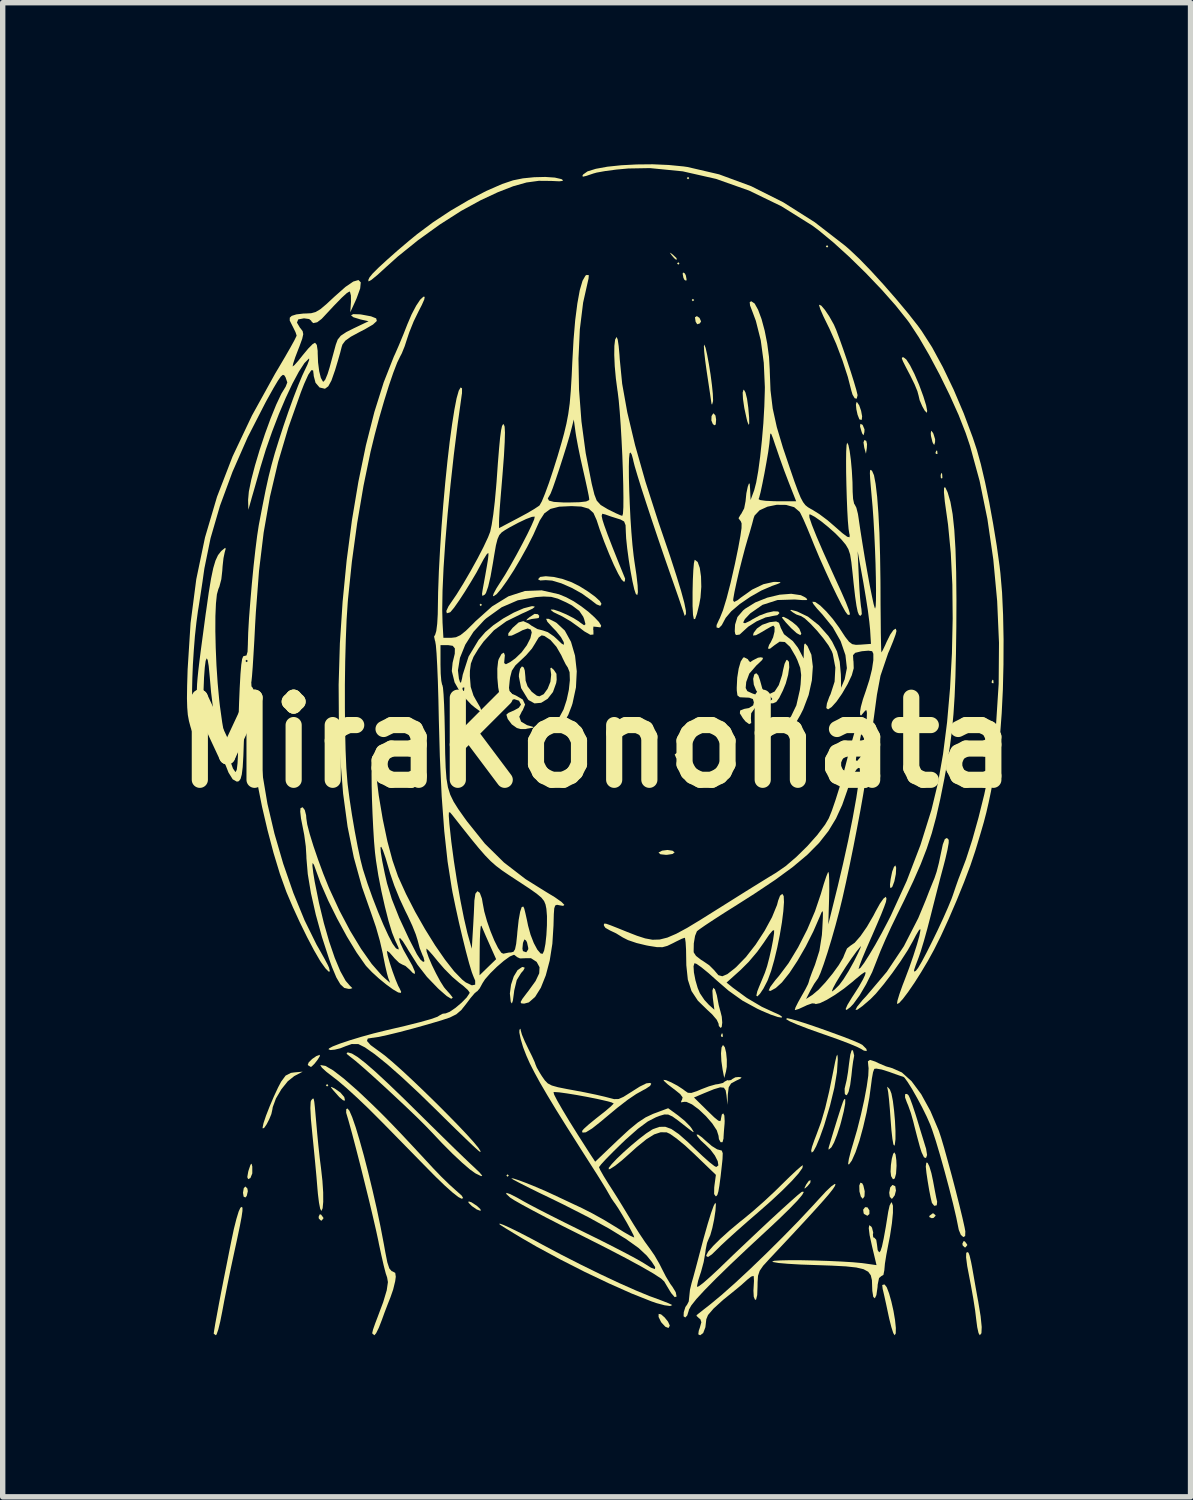
<source format=kicad_pcb>
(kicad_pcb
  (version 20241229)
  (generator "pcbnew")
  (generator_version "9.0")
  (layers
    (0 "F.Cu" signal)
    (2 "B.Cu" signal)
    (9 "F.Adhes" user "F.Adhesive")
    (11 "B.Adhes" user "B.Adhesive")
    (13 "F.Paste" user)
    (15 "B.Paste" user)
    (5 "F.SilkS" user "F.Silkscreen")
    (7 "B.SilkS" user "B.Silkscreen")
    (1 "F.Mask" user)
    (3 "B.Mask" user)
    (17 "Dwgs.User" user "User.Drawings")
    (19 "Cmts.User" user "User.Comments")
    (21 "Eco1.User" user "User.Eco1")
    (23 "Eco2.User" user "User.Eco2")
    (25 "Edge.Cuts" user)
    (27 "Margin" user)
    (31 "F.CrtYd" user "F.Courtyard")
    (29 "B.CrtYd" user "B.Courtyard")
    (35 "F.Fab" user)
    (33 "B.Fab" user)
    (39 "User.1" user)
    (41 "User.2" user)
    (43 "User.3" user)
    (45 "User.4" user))
  (footprint "MiraKonohata"
    (layer "F.Cu")
    (at 8.026 10.738)
    (property "Reference" "MiraKonohata" (at 0 0 0) (layer "F.SilkS") (effects (font (size 1.524 1.524) (thickness 0.3))))
    (attr board_only exclude_from_pos_files exclude_from_bom)
    (fp_poly (pts (xy -4.98 6.361) (xy -5.003 6.384) (xy -5.026 6.361) (xy -5.003 6.339)) (stroke (width 0) (type solid)) (fill yes) (layer "F.SilkS"))
    (fp_poly (pts (xy -2.128 -2.558) (xy -2.151 -2.535) (xy -2.173 -2.558) (xy -2.151 -2.581)) (stroke (width 0) (type solid)) (fill yes) (layer "F.SilkS"))
    (fp_poly (pts (xy -1.63 8.037) (xy -1.653 8.059) (xy -1.675 8.037) (xy -1.653 8.014)) (stroke (width 0) (type solid)) (fill yes) (layer "F.SilkS"))
    (fp_poly (pts (xy 1.539 -8.897) (xy 1.517 -8.874) (xy 1.494 -8.897) (xy 1.517 -8.919)) (stroke (width 0) (type solid)) (fill yes) (layer "F.SilkS"))
    (fp_poly (pts (xy 1.72 -10.481) (xy 1.698 -10.459) (xy 1.675 -10.481) (xy 1.698 -10.504)) (stroke (width 0) (type solid)) (fill yes) (layer "F.SilkS"))
    (fp_poly (pts (xy 1.811 -8.218) (xy 1.788 -8.195) (xy 1.766 -8.218) (xy 1.788 -8.24)) (stroke (width 0) (type solid)) (fill yes) (layer "F.SilkS"))
    (fp_poly (pts (xy 4.301 -9.214) (xy 4.279 -9.191) (xy 4.256 -9.214) (xy 4.279 -9.236)) (stroke (width 0) (type solid)) (fill yes) (layer "F.SilkS"))
    (fp_poly (pts (xy 2.339 5.403) (xy 2.345 5.457) (xy 2.339 5.463) (xy 2.312 5.457) (xy 2.309 5.433) (xy 2.326 5.396)) (stroke (width 0) (type solid)) (fill yes) (layer "F.SilkS"))
    (fp_poly (pts (xy 6.324 -5.418) (xy 6.329 -5.364) (xy 6.324 -5.358) (xy 6.297 -5.364) (xy 6.293 -5.388) (xy 6.31 -5.425)) (stroke (width 0) (type solid)) (fill yes) (layer "F.SilkS"))
    (fp_poly (pts (xy 6.415 -4.989) (xy 6.42 -4.918) (xy 6.411 -4.902) (xy 6.391 -4.916) (xy 6.388 -4.962) (xy 6.399 -5.01)) (stroke (width 0) (type solid)) (fill yes) (layer "F.SilkS"))
    (fp_poly (pts (xy 7.365 -1.162) (xy 7.37 -1.108) (xy 7.365 -1.102) (xy 7.338 -1.108) (xy 7.335 -1.132) (xy 7.351 -1.169)) (stroke (width 0) (type solid)) (fill yes) (layer "F.SilkS"))
    (fp_poly (pts (xy 1.911 -7.886) (xy 1.94 -7.821) (xy 1.917 -7.784) (xy 1.868 -7.768) (xy 1.839 -7.814) (xy 1.826 -7.897) (xy 1.862 -7.919)) (stroke (width 0) (type solid)) (fill yes) (layer "F.SilkS"))
    (fp_poly (pts (xy 3.967 8.172) (xy 3.92 8.23) (xy 3.864 8.28) (xy 3.862 8.263) (xy 3.892 8.202) (xy 3.941 8.134) (xy 3.974 8.124)) (stroke (width 0) (type solid)) (fill yes) (layer "F.SilkS"))
    (fp_poly (pts (xy 5.007 -5.603) (xy 5.021 -5.543) (xy 5.017 -5.471) (xy 5.001 -5.365) (xy 4.97 -5.476) (xy 4.955 -5.575) (xy 4.972 -5.619)) (stroke (width 0) (type solid)) (fill yes) (layer "F.SilkS"))
    (fp_poly (pts (xy -6.483 8.278) (xy -6.475 8.328) (xy -6.495 8.415) (xy -6.52 8.444) (xy -6.553 8.428) (xy -6.565 8.356) (xy -6.55 8.27) (xy -6.52 8.24)) (stroke (width 0) (type solid)) (fill yes) (layer "F.SilkS"))
    (fp_poly (pts (xy -5.116 8.761) (xy -5.073 8.819) (xy -5.071 8.832) (xy -5.105 8.873) (xy -5.116 8.874) (xy -5.156 8.837) (xy -5.161 8.804) (xy -5.14 8.757)) (stroke (width 0) (type solid)) (fill yes) (layer "F.SilkS"))
    (fp_poly (pts (xy 1.382 -9.086) (xy 1.415 -9.061) (xy 1.485 -8.995) (xy 1.485 -8.965) (xy 1.477 -8.965) (xy 1.439 -8.996) (xy 1.398 -9.044) (xy 1.359 -9.098)) (stroke (width 0) (type solid)) (fill yes) (layer "F.SilkS"))
    (fp_poly (pts (xy 1.577 0.204) (xy 1.585 0.224) (xy 1.555 0.283) (xy 1.497 0.297) (xy 1.478 0.286) (xy 1.45 0.22) (xy 1.499 0.182) (xy 1.517 0.181)) (stroke (width 0) (type solid)) (fill yes) (layer "F.SilkS"))
    (fp_poly (pts (xy 1.637 -8.713) (xy 1.657 -8.675) (xy 1.671 -8.599) (xy 1.664 -8.576) (xy 1.632 -8.591) (xy 1.612 -8.63) (xy 1.598 -8.705) (xy 1.605 -8.729)) (stroke (width 0) (type solid)) (fill yes) (layer "F.SilkS"))
    (fp_poly (pts (xy 4.939 -5.9) (xy 4.974 -5.817) (xy 4.972 -5.766) (xy 4.956 -5.707) (xy 4.935 -5.733) (xy 4.922 -5.765) (xy 4.891 -5.871) (xy 4.898 -5.92)) (stroke (width 0) (type solid)) (fill yes) (layer "F.SilkS"))
    (fp_poly (pts (xy 5.029 8.627) (xy 5.065 8.683) (xy 5.065 8.751) (xy 5.028 8.784) (xy 4.967 8.751) (xy 4.958 8.738) (xy 4.949 8.671) (xy 4.985 8.624)) (stroke (width 0) (type solid)) (fill yes) (layer "F.SilkS"))
    (fp_poly (pts (xy 6.292 8.773) (xy 6.293 8.784) (xy 6.257 8.823) (xy 6.223 8.829) (xy 6.176 8.807) (xy 6.18 8.784) (xy 6.238 8.74) (xy 6.251 8.738)) (stroke (width 0) (type solid)) (fill yes) (layer "F.SilkS"))
    (fp_poly (pts (xy 6.837 9.259) (xy 6.88 9.317) (xy 6.882 9.33) (xy 6.847 9.371) (xy 6.837 9.372) (xy 6.797 9.335) (xy 6.791 9.302) (xy 6.813 9.255)) (stroke (width 0) (type solid)) (fill yes) (layer "F.SilkS"))
    (fp_poly (pts (xy 2.207 -6.074) (xy 2.219 -5.999) (xy 2.212 -5.907) (xy 2.188 -5.892) (xy 2.158 -5.916) (xy 2.131 -5.982) (xy 2.134 -6.063) (xy 2.164 -6.111) (xy 2.173 -6.112)) (stroke (width 0) (type solid)) (fill yes) (layer "F.SilkS"))
    (fp_poly (pts (xy -6.392 7.87) (xy -6.392 7.87) (xy -6.392 7.997) (xy -6.427 8.083) (xy -6.469 8.104) (xy -6.485 8.066) (xy -6.468 7.967) (xy -6.459 7.935) (xy -6.425 7.835) (xy -6.405 7.816)) (stroke (width 0) (type solid)) (fill yes) (layer "F.SilkS"))
    (fp_poly (pts (xy -2.322 8.534) (xy -2.23 8.594) (xy -2.219 8.602) (xy -2.156 8.662) (xy -2.152 8.691) (xy -2.157 8.692) (xy -2.226 8.666) (xy -2.315 8.604) (xy -2.379 8.54) (xy -2.376 8.516)) (stroke (width 0) (type solid)) (fill yes) (layer "F.SilkS"))
    (fp_poly (pts (xy -1.09 -2.385) (xy -1.064 -2.354) (xy -1.074 -2.315) (xy -1.103 -2.309) (xy -1.204 -2.296) (xy -1.253 -2.283) (xy -1.306 -2.269) (xy -1.29 -2.293) (xy -1.248 -2.328) (xy -1.151 -2.391)) (stroke (width 0) (type solid)) (fill yes) (layer "F.SilkS"))
    (fp_poly (pts (xy 1.41 2.006) (xy 1.449 2.037) (xy 1.409 2.067) (xy 1.311 2.082) (xy 1.288 2.083) (xy 1.185 2.072) (xy 1.152 2.044) (xy 1.155 2.037) (xy 1.216 2.005) (xy 1.316 1.992)) (stroke (width 0) (type solid)) (fill yes) (layer "F.SilkS"))
    (fp_poly (pts (xy 5.542 8.233) (xy 5.546 8.24) (xy 5.558 8.315) (xy 5.535 8.404) (xy 5.492 8.462) (xy 5.475 8.467) (xy 5.443 8.428) (xy 5.433 8.356) (xy 5.451 8.258) (xy 5.493 8.211)) (stroke (width 0) (type solid)) (fill yes) (layer "F.SilkS"))
    (fp_poly (pts (xy 6.238 -5.762) (xy 6.253 -5.737) (xy 6.285 -5.633) (xy 6.284 -5.579) (xy 6.268 -5.527) (xy 6.246 -5.558) (xy 6.235 -5.584) (xy 6.208 -5.694) (xy 6.204 -5.742) (xy 6.211 -5.792)) (stroke (width 0) (type solid)) (fill yes) (layer "F.SilkS"))
    (fp_poly (pts (xy -5.14 5.824) (xy -5.181 5.889) (xy -5.238 5.962) (xy -5.29 6.013) (xy -5.306 6.02) (xy -5.356 5.99) (xy -5.362 5.981) (xy -5.345 5.936) (xy -5.28 5.872) (xy -5.2 5.817) (xy -5.138 5.795)) (stroke (width 0) (type solid)) (fill yes) (layer "F.SilkS"))
    (fp_poly (pts (xy -4.869 6.418) (xy -4.863 6.421) (xy -4.757 6.495) (xy -4.685 6.579) (xy -4.67 6.645) (xy -4.706 6.64) (xy -4.777 6.58) (xy -4.799 6.555) (xy -4.893 6.449) (xy -4.932 6.399) (xy -4.922 6.392)) (stroke (width 0) (type solid)) (fill yes) (layer "F.SilkS"))
    (fp_poly (pts (xy 4.932 8.181) (xy 4.953 8.222) (xy 4.978 8.329) (xy 4.974 8.422) (xy 4.944 8.466) (xy 4.94 8.467) (xy 4.906 8.427) (xy 4.88 8.332) (xy 4.88 8.329) (xy 4.877 8.223) (xy 4.898 8.169)) (stroke (width 0) (type solid)) (fill yes) (layer "F.SilkS"))
    (fp_poly (pts (xy 5.562 2.322) (xy 5.556 2.439) (xy 5.529 2.572) (xy 5.493 2.67) (xy 5.48 2.688) (xy 5.451 2.697) (xy 5.447 2.636) (xy 5.459 2.535) (xy 5.488 2.394) (xy 5.521 2.306) (xy 5.548 2.279)) (stroke (width 0) (type solid)) (fill yes) (layer "F.SilkS"))
    (fp_poly (pts (xy 1.197 10.614) (xy 1.263 10.671) (xy 1.326 10.749) (xy 1.358 10.819) (xy 1.358 10.826) (xy 1.335 10.867) (xy 1.277 10.844) (xy 1.205 10.767) (xy 1.195 10.752) (xy 1.151 10.662) (xy 1.152 10.605) (xy 1.152 10.605)) (stroke (width 0) (type solid)) (fill yes) (layer "F.SilkS"))
    (fp_poly (pts (xy 2.381 5.655) (xy 2.405 5.755) (xy 2.418 5.887) (xy 2.417 6.019) (xy 2.403 6.102) (xy 2.37 6.225) (xy 2.34 6.073) (xy 2.317 5.913) (xy 2.31 5.767) (xy 2.32 5.659) (xy 2.346 5.614) (xy 2.348 5.614)) (stroke (width 0) (type solid)) (fill yes) (layer "F.SilkS"))
    (fp_poly (pts (xy 3.544 -2.3) (xy 3.635 -2.239) (xy 3.718 -2.17) (xy 3.765 -2.114) (xy 3.801 -2.023) (xy 3.782 -1.996) (xy 3.714 -2.034) (xy 3.611 -2.127) (xy 3.516 -2.229) (xy 3.454 -2.305) (xy 3.441 -2.33) (xy 3.471 -2.336)) (stroke (width 0) (type solid)) (fill yes) (layer "F.SilkS"))
    (fp_poly (pts (xy 4.836 -6.321) (xy 4.876 -6.262) (xy 4.911 -6.161) (xy 4.93 -6.058) (xy 4.923 -5.994) (xy 4.921 -5.993) (xy 4.882 -6) (xy 4.877 -6.007) (xy 4.845 -6.089) (xy 4.823 -6.189) (xy 4.815 -6.277) (xy 4.826 -6.322)) (stroke (width 0) (type solid)) (fill yes) (layer "F.SilkS"))
    (fp_poly (pts (xy 5.551 7.647) (xy 5.565 7.753) (xy 5.569 7.855) (xy 5.56 8.002) (xy 5.536 8.09) (xy 5.503 8.107) (xy 5.468 8.048) (xy 5.458 7.963) (xy 5.464 7.844) (xy 5.481 7.724) (xy 5.506 7.634) (xy 5.528 7.606)) (stroke (width 0) (type solid)) (fill yes) (layer "F.SilkS"))
    (fp_poly (pts (xy 2.764 -6.501) (xy 2.793 -6.386) (xy 2.815 -6.229) (xy 2.816 -6.223) (xy 2.832 -6.034) (xy 2.834 -5.926) (xy 2.824 -5.899) (xy 2.8 -5.959) (xy 2.787 -6.009) (xy 2.743 -6.211) (xy 2.718 -6.38) (xy 2.712 -6.499) (xy 2.727 -6.551) (xy 2.736 -6.551)) (stroke (width 0) (type solid)) (fill yes) (layer "F.SilkS"))
    (fp_poly (pts (xy -1.333 4.179) (xy -1.361 4.231) (xy -1.401 4.276) (xy -1.482 4.407) (xy -1.529 4.6) (xy -1.535 4.65) (xy -1.554 4.788) (xy -1.572 4.842) (xy -1.591 4.817) (xy -1.594 4.807) (xy -1.61 4.657) (xy -1.588 4.493) (xy -1.538 4.34) (xy -1.467 4.223) (xy -1.385 4.167) (xy -1.368 4.165)) (stroke (width 0) (type solid)) (fill yes) (layer "F.SilkS"))
    (fp_poly (pts (xy 4.618 6.624) (xy 4.615 6.704) (xy 4.589 6.844) (xy 4.542 7.031) (xy 4.521 7.108) (xy 4.465 7.28) (xy 4.409 7.423) (xy 4.362 7.509) (xy 4.356 7.516) (xy 4.308 7.557) (xy 4.307 7.524) (xy 4.316 7.493) (xy 4.398 7.22) (xy 4.471 6.983) (xy 4.531 6.795) (xy 4.574 6.669) (xy 4.597 6.617)) (stroke (width 0) (type solid)) (fill yes) (layer "F.SilkS"))
    (fp_poly (pts (xy 6.146 7.801) (xy 6.179 7.87) (xy 6.216 7.992) (xy 6.247 8.138) (xy 6.278 8.305) (xy 6.305 8.445) (xy 6.323 8.523) (xy 6.315 8.589) (xy 6.269 8.599) (xy 6.226 8.546) (xy 6.204 8.455) (xy 6.175 8.309) (xy 6.147 8.141) (xy 6.124 7.987) (xy 6.113 7.881) (xy 6.112 7.867) (xy 6.122 7.796)) (stroke (width 0) (type solid)) (fill yes) (layer "F.SilkS"))
    (fp_poly (pts (xy 1.877 -3.354) (xy 1.916 -3.244) (xy 1.939 -3.083) (xy 1.944 -2.894) (xy 1.929 -2.694) (xy 1.906 -2.567) (xy 1.863 -2.391) (xy 1.83 -2.298) (xy 1.806 -2.292) (xy 1.79 -2.372) (xy 1.782 -2.54) (xy 1.782 -2.797) (xy 1.782 -2.799) (xy 1.787 -3.019) (xy 1.796 -3.203) (xy 1.807 -3.333) (xy 1.821 -3.393) (xy 1.823 -3.395)) (stroke (width 0) (type solid)) (fill yes) (layer "F.SilkS"))
    (fp_poly (pts (xy 4.782 5.807) (xy 4.777 5.841) (xy 4.762 5.921) (xy 4.744 6.057) (xy 4.732 6.175) (xy 4.708 6.357) (xy 4.678 6.484) (xy 4.645 6.546) (xy 4.614 6.531) (xy 4.608 6.515) (xy 4.605 6.423) (xy 4.62 6.359) (xy 4.642 6.267) (xy 4.667 6.119) (xy 4.687 5.958) (xy 4.71 5.794) (xy 4.735 5.712) (xy 4.759 5.711)) (stroke (width 0) (type solid)) (fill yes) (layer "F.SilkS"))
    (fp_poly (pts (xy 1.999 -7.391) (xy 2.024 -7.33) (xy 2.053 -7.201) (xy 2.085 -7.028) (xy 2.116 -6.835) (xy 2.141 -6.644) (xy 2.158 -6.478) (xy 2.163 -6.361) (xy 2.16 -6.331) (xy 2.143 -6.275) (xy 2.133 -6.293) (xy 2.123 -6.363) (xy 2.103 -6.502) (xy 2.075 -6.689) (xy 2.044 -6.894) (xy 2.016 -7.096) (xy 1.998 -7.257) (xy 1.992 -7.361) (xy 1.999 -7.392)) (stroke (width 0) (type solid)) (fill yes) (layer "F.SilkS"))
    (fp_poly (pts (xy 5.347 10.06) (xy 5.387 10.111) (xy 5.43 10.224) (xy 5.473 10.377) (xy 5.512 10.55) (xy 5.541 10.72) (xy 5.556 10.866) (xy 5.554 10.968) (xy 5.533 11.002) (xy 5.508 10.961) (xy 5.473 10.852) (xy 5.433 10.694) (xy 5.419 10.629) (xy 5.379 10.441) (xy 5.343 10.277) (xy 5.317 10.164) (xy 5.312 10.147) (xy 5.303 10.069) (xy 5.341 10.059)) (stroke (width 0) (type solid)) (fill yes) (layer "F.SilkS"))
    (fp_poly (pts (xy 5.419 6.409) (xy 5.445 6.44) (xy 5.474 6.515) (xy 5.501 6.653) (xy 5.523 6.83) (xy 5.54 7.023) (xy 5.549 7.209) (xy 5.549 7.363) (xy 5.537 7.463) (xy 5.527 7.484) (xy 5.51 7.457) (xy 5.492 7.356) (xy 5.474 7.197) (xy 5.46 7.017) (xy 5.445 6.806) (xy 5.429 6.624) (xy 5.414 6.492) (xy 5.404 6.437) (xy 5.393 6.388)) (stroke (width 0) (type solid)) (fill yes) (layer "F.SilkS"))
    (fp_poly (pts (xy -5.613 6.19) (xy -5.732 6.285) (xy -5.852 6.435) (xy -5.953 6.606) (xy -6.012 6.766) (xy -6.02 6.814) (xy -6.038 6.895) (xy -6.078 6.993) (xy -6.126 7.086) (xy -6.17 7.15) (xy -6.197 7.163) (xy -6.201 7.147) (xy -6.184 7.065) (xy -6.137 6.925) (xy -6.069 6.751) (xy -5.991 6.568) (xy -5.912 6.399) (xy -5.856 6.293) (xy -5.773 6.181) (xy -5.675 6.131) (xy -5.611 6.122) (xy -5.456 6.108)) (stroke (width 0) (type solid)) (fill yes) (layer "F.SilkS"))
    (fp_poly (pts (xy -0.798 -3.077) (xy -0.629 -3.038) (xy -0.462 -2.978) (xy -0.312 -2.902) (xy -0.162 -2.808) (xy -0.03 -2.712) (xy 0.061 -2.629) (xy 0.091 -2.577) (xy 0.069 -2.54) (xy -0.00007 -2.567) (xy -0.113 -2.654) (xy -0.273 -2.769) (xy -0.462 -2.874) (xy -0.654 -2.958) (xy -0.825 -3.009) (xy -0.95 -3.018) (xy -0.953 -3.017) (xy -1.047 -3.011) (xy -1.087 -3.034) (xy -1.087 -3.035) (xy -1.048 -3.077) (xy -0.944 -3.09)) (stroke (width 0) (type solid)) (fill yes) (layer "F.SilkS"))
    (fp_poly (pts (xy 4.476 5.832) (xy 4.478 5.886) (xy 4.463 6.117) (xy 4.414 6.409) (xy 4.333 6.742) (xy 4.227 7.097) (xy 4.214 7.135) (xy 4.141 7.338) (xy 4.077 7.492) (xy 4.026 7.586) (xy 3.994 7.611) (xy 3.984 7.572) (xy 4 7.503) (xy 4.042 7.382) (xy 4.081 7.28) (xy 4.167 7.047) (xy 4.244 6.785) (xy 4.318 6.475) (xy 4.392 6.112) (xy 4.429 5.925) (xy 4.454 5.82) (xy 4.469 5.791)) (stroke (width 0) (type solid)) (fill yes) (layer "F.SilkS"))
    (fp_poly (pts (xy 5.7 -7.154) (xy 5.75 -7.114) (xy 5.821 -7.004) (xy 5.902 -6.843) (xy 5.987 -6.646) (xy 6.066 -6.431) (xy 6.118 -6.263) (xy 6.138 -6.159) (xy 6.13 -6.124) (xy 6.092 -6.164) (xy 6.048 -6.242) (xy 5.998 -6.357) (xy 5.977 -6.448) (xy 5.976 -6.451) (xy 5.956 -6.525) (xy 5.904 -6.652) (xy 5.83 -6.803) (xy 5.83 -6.804) (xy 5.742 -6.972) (xy 5.69 -7.075) (xy 5.668 -7.13) (xy 5.67 -7.151) (xy 5.69 -7.154)) (stroke (width 0) (type solid)) (fill yes) (layer "F.SilkS"))
    (fp_poly (pts (xy 5.79 6.545) (xy 5.819 6.605) (xy 5.865 6.73) (xy 5.921 6.899) (xy 5.951 6.995) (xy 6.01 7.191) (xy 6.065 7.369) (xy 6.105 7.5) (xy 6.117 7.536) (xy 6.136 7.656) (xy 6.116 7.711) (xy 6.079 7.699) (xy 6.034 7.605) (xy 6.004 7.511) (xy 5.952 7.319) (xy 5.9 7.117) (xy 5.881 7.04) (xy 5.836 6.879) (xy 5.784 6.733) (xy 5.763 6.685) (xy 5.727 6.587) (xy 5.728 6.526) (xy 5.762 6.521)) (stroke (width 0) (type solid)) (fill yes) (layer "F.SilkS"))
    (fp_poly (pts (xy 6.906 9.472) (xy 6.926 9.526) (xy 6.953 9.641) (xy 6.972 9.74) (xy 7.001 9.904) (xy 7.038 10.116) (xy 7.077 10.334) (xy 7.084 10.368) (xy 7.13 10.65) (xy 7.15 10.848) (xy 7.145 10.964) (xy 7.115 11.002) (xy 7.091 10.961) (xy 7.067 10.853) (xy 7.049 10.716) (xy 7.028 10.542) (xy 6.993 10.318) (xy 6.95 10.078) (xy 6.928 9.963) (xy 6.881 9.718) (xy 6.86 9.555) (xy 6.863 9.47) (xy 6.89 9.458)) (stroke (width 0) (type solid)) (fill yes) (layer "F.SilkS"))
    (fp_poly (pts (xy 3.616 5.132) (xy 3.757 5.173) (xy 3.943 5.233) (xy 4.155 5.306) (xy 4.375 5.385) (xy 4.583 5.461) (xy 4.759 5.53) (xy 4.884 5.584) (xy 4.934 5.611) (xy 5.009 5.686) (xy 5.016 5.726) (xy 4.962 5.717) (xy 4.905 5.683) (xy 4.829 5.645) (xy 4.687 5.586) (xy 4.495 5.513) (xy 4.273 5.434) (xy 4.206 5.411) (xy 3.938 5.316) (xy 3.73 5.236) (xy 3.589 5.175) (xy 3.52 5.134) (xy 3.531 5.117) (xy 3.541 5.116)) (stroke (width 0) (type solid)) (fill yes) (layer "F.SilkS"))
    (fp_poly (pts (xy 4.171 -8.114) (xy 4.238 -8.036) (xy 4.32 -7.914) (xy 4.402 -7.768) (xy 4.406 -7.761) (xy 4.448 -7.664) (xy 4.506 -7.509) (xy 4.575 -7.315) (xy 4.648 -7.102) (xy 4.718 -6.89) (xy 4.778 -6.699) (xy 4.822 -6.549) (xy 4.844 -6.458) (xy 4.845 -6.447) (xy 4.829 -6.386) (xy 4.792 -6.394) (xy 4.752 -6.461) (xy 4.731 -6.531) (xy 4.664 -6.791) (xy 4.566 -7.093) (xy 4.449 -7.402) (xy 4.325 -7.682) (xy 4.289 -7.755) (xy 4.211 -7.915) (xy 4.155 -8.043) (xy 4.131 -8.119) (xy 4.132 -8.131)) (stroke (width 0) (type solid)) (fill yes) (layer "F.SilkS"))
    (fp_poly (pts (xy -5.251 6.618) (xy -5.241 6.668) (xy -5.23 6.767) (xy -5.216 6.927) (xy -5.195 7.162) (xy -5.188 7.244) (xy -5.166 7.472) (xy -5.139 7.721) (xy -5.116 7.901) (xy -5.09 8.135) (xy -5.076 8.349) (xy -5.075 8.524) (xy -5.086 8.644) (xy -5.109 8.693) (xy -5.111 8.693) (xy -5.132 8.651) (xy -5.154 8.539) (xy -5.174 8.376) (xy -5.183 8.274) (xy -5.201 8.056) (xy -5.226 7.785) (xy -5.254 7.498) (xy -5.277 7.268) (xy -5.304 6.987) (xy -5.314 6.785) (xy -5.308 6.666) (xy -5.296 6.636) (xy -5.276 6.615) (xy -5.262 6.604)) (stroke (width 0) (type solid)) (fill yes) (layer "F.SilkS"))
    (fp_poly (pts (xy 3.821 7.897) (xy 3.749 7.998) (xy 3.621 8.141) (xy 3.445 8.317) (xy 3.228 8.519) (xy 3.004 8.716) (xy 2.797 8.895) (xy 2.601 9.068) (xy 2.433 9.22) (xy 2.308 9.336) (xy 2.26 9.384) (xy 2.141 9.5) (xy 2.069 9.549) (xy 2.039 9.534) (xy 2.037 9.516) (xy 2.071 9.451) (xy 2.163 9.345) (xy 2.301 9.208) (xy 2.472 9.054) (xy 2.662 8.895) (xy 2.717 8.852) (xy 2.897 8.703) (xy 3.108 8.517) (xy 3.318 8.321) (xy 3.434 8.207) (xy 3.583 8.061) (xy 3.707 7.944) (xy 3.794 7.868) (xy 3.83 7.844)) (stroke (width 0) (type solid)) (fill yes) (layer "F.SilkS"))
    (fp_poly (pts (xy -1.724 8.955) (xy -1.591 9.016) (xy -1.409 9.106) (xy -1.19 9.22) (xy -1.009 9.318) (xy -0.659 9.504) (xy -0.292 9.691) (xy 0.073 9.87) (xy 0.42 10.033) (xy 0.729 10.17) (xy 0.983 10.275) (xy 1.053 10.3) (xy 1.214 10.36) (xy 1.336 10.408) (xy 1.399 10.438) (xy 1.404 10.442) (xy 1.365 10.459) (xy 1.261 10.445) (xy 1.111 10.405) (xy 1.019 10.373) (xy 0.649 10.226) (xy 0.229 10.039) (xy -0.221 9.825) (xy -0.675 9.594) (xy -1.112 9.358) (xy -1.375 9.206) (xy -1.545 9.104) (xy -1.686 9.018) (xy -1.779 8.959) (xy -1.805 8.939) (xy -1.799 8.928)) (stroke (width 0) (type solid)) (fill yes) (layer "F.SilkS"))
    (fp_poly (pts (xy -1.381 -1.414) (xy -1.351 -1.394) (xy -1.333 -1.338) (xy -1.322 -1.223) (xy -1.318 -1.152) (xy -1.282 -1.046) (xy -1.202 -0.942) (xy -1.109 -0.872) (xy -1.062 -0.86) (xy -0.982 -0.9) (xy -0.909 -1.001) (xy -0.857 -1.131) (xy -0.843 -1.261) (xy -0.846 -1.287) (xy -0.859 -1.378) (xy -0.843 -1.394) (xy -0.795 -1.353) (xy -0.745 -1.278) (xy -0.741 -1.168) (xy -0.75 -1.107) (xy -0.81 -0.94) (xy -0.909 -0.814) (xy -1.029 -0.74) (xy -1.152 -0.729) (xy -1.262 -0.79) (xy -1.274 -0.804) (xy -1.401 -1.013) (xy -1.443 -1.227) (xy -1.441 -1.271) (xy -1.42 -1.371) (xy -1.387 -1.415)) (stroke (width 0) (type solid)) (fill yes) (layer "F.SilkS"))
    (fp_poly (pts (xy -6.574 8.635) (xy -6.575 8.695) (xy -6.591 8.806) (xy -6.624 8.98) (xy -6.675 9.223) (xy -6.737 9.508) (xy -6.796 9.783) (xy -6.856 10.075) (xy -6.91 10.348) (xy -6.95 10.561) (xy -6.987 10.747) (xy -7.023 10.895) (xy -7.054 10.984) (xy -7.068 11.002) (xy -7.108 10.973) (xy -7.108 10.968) (xy -7.1 10.911) (xy -7.079 10.785) (xy -7.047 10.612) (xy -7.01 10.411) (xy -6.97 10.203) (xy -6.932 10.009) (xy -6.927 9.983) (xy -6.904 9.868) (xy -6.868 9.688) (xy -6.825 9.47) (xy -6.78 9.246) (xy -6.734 9.028) (xy -6.687 8.842) (xy -6.645 8.704) (xy -6.614 8.636) (xy -6.612 8.634) (xy -6.587 8.618)) (stroke (width 0) (type solid)) (fill yes) (layer "F.SilkS"))
    (fp_poly (pts (xy -4.542 5.772) (xy -4.438 5.835) (xy -4.295 5.946) (xy -4.107 6.109) (xy -3.871 6.328) (xy -3.582 6.606) (xy -3.295 6.889) (xy -3.063 7.118) (xy -2.839 7.338) (xy -2.637 7.536) (xy -2.467 7.7) (xy -2.342 7.819) (xy -2.296 7.862) (xy -2.175 7.977) (xy -2.123 8.039) (xy -2.142 8.048) (xy -2.23 8.006) (xy -2.251 7.995) (xy -2.353 7.922) (xy -2.5 7.795) (xy -2.677 7.629) (xy -2.869 7.436) (xy -3.061 7.232) (xy -3.066 7.227) (xy -3.179 7.11) (xy -3.337 6.953) (xy -3.527 6.771) (xy -3.736 6.575) (xy -3.948 6.378) (xy -4.151 6.193) (xy -4.332 6.032) (xy -4.476 5.908) (xy -4.569 5.835) (xy -4.573 5.832) (xy -4.641 5.777) (xy -4.632 5.755) (xy -4.611 5.752)) (stroke (width 0) (type solid)) (fill yes) (layer "F.SilkS"))
    (fp_poly (pts (xy -0.775 -10.491) (xy -0.654 -10.463) (xy -0.636 -10.453) (xy -0.625 -10.43) (xy -0.693 -10.422) (xy -0.845 -10.429) (xy -0.849 -10.429) (xy -1.073 -10.431) (xy -1.301 -10.4) (xy -1.549 -10.33) (xy -1.836 -10.218) (xy -2.151 -10.071) (xy -2.517 -9.871) (xy -2.914 -9.617) (xy -3.314 -9.329) (xy -3.691 -9.025) (xy -3.9 -8.837) (xy -4.069 -8.683) (xy -4.179 -8.593) (xy -4.234 -8.563) (xy -4.238 -8.591) (xy -4.216 -8.638) (xy -4.16 -8.707) (xy -4.046 -8.821) (xy -3.886 -8.968) (xy -3.694 -9.138) (xy -3.483 -9.317) (xy -3.328 -9.444) (xy -3.037 -9.661) (xy -2.713 -9.875) (xy -2.377 -10.072) (xy -2.05 -10.242) (xy -1.753 -10.372) (xy -1.551 -10.44) (xy -1.367 -10.477) (xy -1.158 -10.498) (xy -0.952 -10.503)) (stroke (width 0) (type solid)) (fill yes) (layer "F.SilkS"))
    (fp_poly (pts (xy 3.792 -2.738) (xy 3.874 -2.697) (xy 3.912 -2.663) (xy 3.899 -2.647) (xy 3.821 -2.647) (xy 3.679 -2.658) (xy 3.359 -2.648) (xy 3.079 -2.558) (xy 2.854 -2.401) (xy 2.753 -2.294) (xy 2.721 -2.23) (xy 2.755 -2.217) (xy 2.851 -2.262) (xy 2.891 -2.288) (xy 3.024 -2.36) (xy 3.164 -2.412) (xy 3.288 -2.439) (xy 3.372 -2.435) (xy 3.396 -2.406) (xy 3.357 -2.367) (xy 3.281 -2.354) (xy 3.137 -2.325) (xy 2.969 -2.251) (xy 2.814 -2.152) (xy 2.744 -2.088) (xy 2.656 -2.007) (xy 2.596 -1.998) (xy 2.575 -2.013) (xy 2.565 -2.068) (xy 2.57 -2.175) (xy 2.572 -2.195) (xy 2.615 -2.333) (xy 2.72 -2.455) (xy 2.756 -2.485) (xy 2.946 -2.603) (xy 3.168 -2.692) (xy 3.398 -2.747) (xy 3.614 -2.764)) (stroke (width 0) (type solid)) (fill yes) (layer "F.SilkS"))
    (fp_poly (pts (xy -5.035 6.001) (xy -4.891 6.084) (xy -4.695 6.235) (xy -4.449 6.45) (xy -4.329 6.562) (xy -4.186 6.698) (xy -4.053 6.827) (xy -3.92 6.96) (xy -3.775 7.109) (xy -3.607 7.285) (xy -3.406 7.5) (xy -3.159 7.766) (xy -3.033 7.902) (xy -2.886 8.055) (xy -2.735 8.202) (xy -2.611 8.314) (xy -2.604 8.32) (xy -2.504 8.409) (xy -2.477 8.456) (xy -2.506 8.467) (xy -2.566 8.436) (xy -2.675 8.351) (xy -2.817 8.224) (xy -2.98 8.067) (xy -3.026 8.021) (xy -3.215 7.829) (xy -3.444 7.595) (xy -3.689 7.345) (xy -3.927 7.102) (xy -4.03 6.998) (xy -4.237 6.791) (xy -4.447 6.591) (xy -4.642 6.413) (xy -4.804 6.275) (xy -4.886 6.212) (xy -5.014 6.113) (xy -5.099 6.035) (xy -5.128 5.991) (xy -5.123 5.986)) (stroke (width 0) (type solid)) (fill yes) (layer "F.SilkS"))
    (fp_poly (pts (xy -4.589 6.834) (xy -4.537 6.954) (xy -4.473 7.139) (xy -4.401 7.379) (xy -4.322 7.661) (xy -4.241 7.975) (xy -4.16 8.309) (xy -4.082 8.65) (xy -4.011 8.989) (xy -3.949 9.313) (xy -3.922 9.463) (xy -3.885 9.649) (xy -3.848 9.761) (xy -3.805 9.811) (xy -3.787 9.817) (xy -3.738 9.844) (xy -3.728 9.915) (xy -3.739 9.998) (xy -3.777 10.154) (xy -3.827 10.298) (xy -3.828 10.3) (xy -3.874 10.416) (xy -3.936 10.578) (xy -3.987 10.719) (xy -4.043 10.863) (xy -4.093 10.964) (xy -4.126 11.002) (xy -4.165 10.968) (xy -4.165 10.959) (xy -4.15 10.895) (xy -4.109 10.778) (xy -4.07 10.676) (xy -3.961 10.385) (xy -3.896 10.167) (xy -3.874 10.015) (xy -3.889 9.928) (xy -3.914 9.855) (xy -3.951 9.712) (xy -3.995 9.52) (xy -4.043 9.297) (xy -4.05 9.259) (xy -4.092 9.064) (xy -4.151 8.808) (xy -4.222 8.508) (xy -4.302 8.185) (xy -4.384 7.856) (xy -4.465 7.541) (xy -4.539 7.259) (xy -4.603 7.027) (xy -4.649 6.871) (xy -4.648 6.805) (xy -4.625 6.791)) (stroke (width 0) (type solid)) (fill yes) (layer "F.SilkS"))
    (fp_poly (pts (xy 4.436 8.199) (xy 4.424 8.232) (xy 4.386 8.29) (xy 4.316 8.379) (xy 4.209 8.503) (xy 4.061 8.668) (xy 3.866 8.881) (xy 3.62 9.146) (xy 3.317 9.469) (xy 3.209 9.584) (xy 3.093 9.711) (xy 3.028 9.805) (xy 2.997 9.898) (xy 2.989 10.022) (xy 2.988 10.096) (xy 2.982 10.256) (xy 2.962 10.338) (xy 2.942 10.345) (xy 2.918 10.287) (xy 2.912 10.173) (xy 2.915 10.119) (xy 2.922 9.994) (xy 2.918 9.913) (xy 2.913 9.9) (xy 2.87 9.913) (xy 2.794 9.973) (xy 2.79 9.977) (xy 2.684 10.072) (xy 2.6 10.142) (xy 2.348 10.346) (xy 2.172 10.506) (xy 2.069 10.626) (xy 2.037 10.704) (xy 2.02 10.853) (xy 1.979 10.961) (xy 1.923 11.002) (xy 1.923 11.002) (xy 1.888 10.985) (xy 1.897 10.918) (xy 1.916 10.864) (xy 1.945 10.761) (xy 1.927 10.705) (xy 1.902 10.686) (xy 1.856 10.643) (xy 1.858 10.627) (xy 1.902 10.592) (xy 1.996 10.518) (xy 2.106 10.432) (xy 2.315 10.259) (xy 2.57 10.033) (xy 2.856 9.767) (xy 3.158 9.476) (xy 3.462 9.174) (xy 3.753 8.876) (xy 4.016 8.595) (xy 4.133 8.467) (xy 4.259 8.331) (xy 4.359 8.236) (xy 4.421 8.193)) (stroke (width 0) (type solid)) (fill yes) (layer "F.SilkS"))
    (fp_poly (pts (xy 1.389 7.173) (xy 1.526 7.267) (xy 1.698 7.418) (xy 1.827 7.542) (xy 1.973 7.68) (xy 2.098 7.791) (xy 2.188 7.861) (xy 2.222 7.878) (xy 2.261 7.848) (xy 2.249 7.77) (xy 2.196 7.665) (xy 2.111 7.552) (xy 2.035 7.478) (xy 1.933 7.383) (xy 1.868 7.305) (xy 1.856 7.277) (xy 1.885 7.276) (xy 1.958 7.329) (xy 2.028 7.393) (xy 2.14 7.489) (xy 2.238 7.55) (xy 2.279 7.561) (xy 2.324 7.573) (xy 2.342 7.622) (xy 2.338 7.731) (xy 2.331 7.799) (xy 2.303 8.049) (xy 2.28 8.223) (xy 2.261 8.334) (xy 2.243 8.394) (xy 2.223 8.419) (xy 2.21 8.421) (xy 2.182 8.38) (xy 2.184 8.259) (xy 2.188 8.223) (xy 2.215 8.024) (xy 1.818 7.641) (xy 1.643 7.479) (xy 1.486 7.35) (xy 1.364 7.264) (xy 1.301 7.235) (xy 1.19 7.233) (xy 1.069 7.273) (xy 0.925 7.363) (xy 0.744 7.51) (xy 0.612 7.629) (xy 0.468 7.757) (xy 0.343 7.856) (xy 0.254 7.913) (xy 0.227 7.922) (xy 0.225 7.895) (xy 0.28 7.825) (xy 0.377 7.723) (xy 0.504 7.602) (xy 0.646 7.476) (xy 0.79 7.356) (xy 0.921 7.255) (xy 1.025 7.187) (xy 1.051 7.173) (xy 1.166 7.133) (xy 1.274 7.131)) (stroke (width 0) (type solid)) (fill yes) (layer "F.SilkS"))
    (fp_poly (pts (xy 3.848 8.34) (xy 3.817 8.397) (xy 3.727 8.504) (xy 3.582 8.654) (xy 3.387 8.844) (xy 3.227 8.994) (xy 2.825 9.367) (xy 2.489 9.684) (xy 2.217 9.949) (xy 2.007 10.162) (xy 1.854 10.328) (xy 1.758 10.449) (xy 1.714 10.528) (xy 1.712 10.541) (xy 1.683 10.634) (xy 1.647 10.672) (xy 1.615 10.65) (xy 1.619 10.573) (xy 1.649 10.477) (xy 1.681 10.433) (xy 1.711 10.374) (xy 1.72 10.29) (xy 1.734 10.157) (xy 1.764 10.032) (xy 1.795 9.924) (xy 1.84 9.758) (xy 1.891 9.566) (xy 1.906 9.508) (xy 1.99 9.192) (xy 2.064 8.931) (xy 2.126 8.731) (xy 2.173 8.6) (xy 2.203 8.543) (xy 2.215 8.566) (xy 2.207 8.689) (xy 2.183 8.848) (xy 2.149 9.01) (xy 2.111 9.145) (xy 2.079 9.217) (xy 2.05 9.289) (xy 2.025 9.413) (xy 2.019 9.466) (xy 1.988 9.643) (xy 1.938 9.828) (xy 1.925 9.865) (xy 1.885 9.991) (xy 1.866 10.083) (xy 1.867 10.105) (xy 1.902 10.09) (xy 1.989 10.023) (xy 2.116 9.911) (xy 2.271 9.767) (xy 2.314 9.725) (xy 2.538 9.509) (xy 2.771 9.288) (xy 3.003 9.069) (xy 3.223 8.863) (xy 3.423 8.679) (xy 3.592 8.526) (xy 3.72 8.412) (xy 3.798 8.348) (xy 3.814 8.337)) (stroke (width 0) (type solid)) (fill yes) (layer "F.SilkS"))
    (fp_poly (pts (xy 3.386 -2.226) (xy 3.414 -2.149) (xy 3.417 -2.136) (xy 3.479 -2.014) (xy 3.554 -1.955) (xy 3.645 -1.884) (xy 3.734 -1.768) (xy 3.754 -1.734) (xy 3.844 -1.562) (xy 3.848 -1.72) (xy 3.854 -1.821) (xy 3.871 -1.843) (xy 3.912 -1.798) (xy 3.915 -1.796) (xy 3.988 -1.632) (xy 4.015 -1.412) (xy 3.997 -1.157) (xy 3.937 -0.885) (xy 3.836 -0.619) (xy 3.784 -0.516) (xy 3.701 -0.372) (xy 3.636 -0.291) (xy 3.568 -0.253) (xy 3.475 -0.238) (xy 3.459 -0.237) (xy 3.327 -0.241) (xy 3.227 -0.264) (xy 3.215 -0.27) (xy 3.19 -0.3) (xy 3.241 -0.314) (xy 3.309 -0.316) (xy 3.475 -0.359) (xy 3.609 -0.485) (xy 3.709 -0.693) (xy 3.774 -0.979) (xy 3.788 -1.085) (xy 3.798 -1.256) (xy 3.781 -1.389) (xy 3.728 -1.531) (xy 3.694 -1.603) (xy 3.591 -1.779) (xy 3.495 -1.869) (xy 3.399 -1.875) (xy 3.304 -1.81) (xy 3.218 -1.743) (xy 3.181 -1.747) (xy 3.203 -1.816) (xy 3.233 -1.863) (xy 3.277 -1.955) (xy 3.303 -2.06) (xy 3.305 -2.143) (xy 3.282 -2.173) (xy 3.233 -2.151) (xy 3.135 -2.095) (xy 3.078 -2.06) (xy 2.959 -1.995) (xy 2.904 -1.989) (xy 2.916 -2.039) (xy 2.977 -2.119) (xy 3.075 -2.188) (xy 3.208 -2.235) (xy 3.222 -2.238) (xy 3.333 -2.251)) (stroke (width 0) (type solid)) (fill yes) (layer "F.SilkS"))
    (fp_poly (pts (xy 5.174 5.921) (xy 5.237 5.952) (xy 5.374 6.01) (xy 5.491 6.044) (xy 5.668 6.123) (xy 5.848 6.286) (xy 6.026 6.526) (xy 6.197 6.837) (xy 6.353 7.203) (xy 6.396 7.332) (xy 6.454 7.528) (xy 6.522 7.773) (xy 6.596 8.044) (xy 6.669 8.322) (xy 6.736 8.588) (xy 6.792 8.819) (xy 6.832 8.998) (xy 6.846 9.073) (xy 6.843 9.16) (xy 6.809 9.179) (xy 6.763 9.139) (xy 6.725 9.047) (xy 6.72 9.024) (xy 6.678 8.816) (xy 6.617 8.555) (xy 6.542 8.26) (xy 6.46 7.954) (xy 6.377 7.659) (xy 6.299 7.397) (xy 6.23 7.187) (xy 6.196 7.095) (xy 6.13 6.945) (xy 6.045 6.772) (xy 5.95 6.595) (xy 5.857 6.431) (xy 5.775 6.3) (xy 5.716 6.219) (xy 5.694 6.203) (xy 5.648 6.189) (xy 5.542 6.152) (xy 5.434 6.113) (xy 5.296 6.069) (xy 5.194 6.051) (xy 5.156 6.056) (xy 5.133 6.117) (xy 5.111 6.237) (xy 5.101 6.316) (xy 5.065 6.584) (xy 5.013 6.864) (xy 4.949 7.138) (xy 4.88 7.39) (xy 4.808 7.603) (xy 4.739 7.758) (xy 4.684 7.834) (xy 4.67 7.818) (xy 4.684 7.727) (xy 4.724 7.572) (xy 4.757 7.462) (xy 4.837 7.188) (xy 4.908 6.906) (xy 4.969 6.633) (xy 5.015 6.386) (xy 5.044 6.184) (xy 5.05 6.043) (xy 5.045 6.003) (xy 5.037 5.916) (xy 5.076 5.89)) (stroke (width 0) (type solid)) (fill yes) (layer "F.SilkS"))
    (fp_poly (pts (xy 5.502 8.597) (xy 5.502 8.731) (xy 5.483 8.923) (xy 5.447 9.159) (xy 5.414 9.327) (xy 5.379 9.51) (xy 5.353 9.673) (xy 5.343 9.785) (xy 5.343 9.791) (xy 5.325 9.882) (xy 5.286 9.904) (xy 5.244 9.939) (xy 5.219 10.061) (xy 5.216 10.108) (xy 5.195 10.256) (xy 5.166 10.316) (xy 5.137 10.29) (xy 5.119 10.178) (xy 5.116 10.098) (xy 5.112 9.98) (xy 5.091 9.889) (xy 5.043 9.823) (xy 4.957 9.776) (xy 4.822 9.744) (xy 4.627 9.723) (xy 4.362 9.709) (xy 4.074 9.699) (xy 3.785 9.689) (xy 3.549 9.675) (xy 3.377 9.66) (xy 3.279 9.643) (xy 3.26 9.632) (xy 3.302 9.619) (xy 3.419 9.612) (xy 3.593 9.608) (xy 3.808 9.609) (xy 4.048 9.614) (xy 4.296 9.622) (xy 4.537 9.633) (xy 4.753 9.646) (xy 4.928 9.662) (xy 4.987 9.67) (xy 5.197 9.7) (xy 5.113 9.346) (xy 5.069 9.143) (xy 5.053 9.012) (xy 5.063 8.958) (xy 5.099 8.984) (xy 5.114 9.007) (xy 5.136 9.097) (xy 5.13 9.13) (xy 5.136 9.184) (xy 5.157 9.191) (xy 5.192 9.23) (xy 5.207 9.325) (xy 5.207 9.327) (xy 5.219 9.422) (xy 5.247 9.463) (xy 5.247 9.463) (xy 5.271 9.437) (xy 5.298 9.355) (xy 5.33 9.207) (xy 5.37 8.986) (xy 5.415 8.705) (xy 5.44 8.594) (xy 5.47 8.537) (xy 5.481 8.536)) (stroke (width 0) (type solid)) (fill yes) (layer "F.SilkS"))
    (fp_poly (pts (xy 2.692 6.214) (xy 2.671 6.238) (xy 2.592 6.275) (xy 2.497 6.327) (xy 2.453 6.398) (xy 2.438 6.52) (xy 2.437 6.531) (xy 2.43 6.724) (xy 2.412 6.55) (xy 2.396 6.455) (xy 2.363 6.406) (xy 2.296 6.399) (xy 2.178 6.434) (xy 1.996 6.508) (xy 1.808 6.588) (xy 2.059 6.835) (xy 2.184 6.956) (xy 2.26 7.018) (xy 2.298 7.027) (xy 2.309 6.992) (xy 2.309 6.982) (xy 2.325 6.904) (xy 2.351 6.882) (xy 2.372 6.922) (xy 2.378 7.023) (xy 2.376 7.074) (xy 2.364 7.215) (xy 2.357 7.326) (xy 2.357 7.346) (xy 2.338 7.417) (xy 2.302 7.418) (xy 2.271 7.36) (xy 2.264 7.299) (xy 2.232 7.198) (xy 2.148 7.07) (xy 2.031 6.935) (xy 1.9 6.811) (xy 1.772 6.716) (xy 1.668 6.669) (xy 1.631 6.668) (xy 1.566 6.678) (xy 1.575 6.645) (xy 1.584 6.634) (xy 1.597 6.586) (xy 1.552 6.524) (xy 1.44 6.434) (xy 1.428 6.426) (xy 1.32 6.343) (xy 1.253 6.281) (xy 1.241 6.26) (xy 1.29 6.266) (xy 1.386 6.307) (xy 1.501 6.368) (xy 1.604 6.435) (xy 1.64 6.463) (xy 1.695 6.5) (xy 1.759 6.503) (xy 1.861 6.47) (xy 1.943 6.435) (xy 2.087 6.38) (xy 2.211 6.345) (xy 2.258 6.339) (xy 2.346 6.318) (xy 2.377 6.293) (xy 2.43 6.265) (xy 2.445 6.271) (xy 2.5 6.263) (xy 2.512 6.249) (xy 2.576 6.213) (xy 2.64 6.207)) (stroke (width 0) (type solid)) (fill yes) (layer "F.SilkS"))
    (fp_poly (pts (xy 3.091 -1.574) (xy 3.075 -1.536) (xy 2.993 -1.457) (xy 2.971 -1.438) (xy 2.835 -1.282) (xy 2.778 -1.127) (xy 2.768 -1.015) (xy 2.798 -0.957) (xy 2.887 -0.916) (xy 2.892 -0.914) (xy 3.032 -0.865) (xy 2.961 -0.973) (xy 2.919 -1.076) (xy 2.907 -1.185) (xy 2.927 -1.266) (xy 2.964 -1.29) (xy 3.002 -1.251) (xy 3.035 -1.156) (xy 3.036 -1.151) (xy 3.077 -1.003) (xy 3.132 -0.927) (xy 3.214 -0.906) (xy 3.216 -0.906) (xy 3.305 -0.949) (xy 3.383 -1.069) (xy 3.444 -1.254) (xy 3.462 -1.347) (xy 3.49 -1.464) (xy 3.523 -1.532) (xy 3.536 -1.539) (xy 3.571 -1.501) (xy 3.577 -1.4) (xy 3.556 -1.258) (xy 3.512 -1.098) (xy 3.459 -0.968) (xy 3.39 -0.83) (xy 3.336 -0.756) (xy 3.276 -0.73) (xy 3.196 -0.731) (xy 3.056 -0.712) (xy 2.939 -0.643) (xy 2.87 -0.545) (xy 2.865 -0.455) (xy 2.871 -0.364) (xy 2.833 -0.344) (xy 2.764 -0.394) (xy 2.717 -0.452) (xy 2.66 -0.544) (xy 2.665 -0.597) (xy 2.742 -0.627) (xy 2.83 -0.643) (xy 2.907 -0.693) (xy 2.92 -0.748) (xy 2.902 -0.81) (xy 2.888 -0.815) (xy 3.169 -0.815) (xy 3.204 -0.771) (xy 3.215 -0.77) (xy 3.259 -0.804) (xy 3.26 -0.815) (xy 3.225 -0.859) (xy 3.215 -0.86) (xy 3.171 -0.826) (xy 3.169 -0.815) (xy 2.888 -0.815) (xy 2.833 -0.835) (xy 2.762 -0.838) (xy 2.66 -0.843) (xy 2.615 -0.877) (xy 2.603 -0.966) (xy 2.602 -1.019) (xy 2.611 -1.206) (xy 2.638 -1.376) (xy 2.676 -1.507) (xy 2.721 -1.578) (xy 2.739 -1.585) (xy 2.809 -1.549) (xy 2.82 -1.528) (xy 2.851 -1.494) (xy 2.901 -1.528) (xy 2.996 -1.577) (xy 3.05 -1.585)) (stroke (width 0) (type solid)) (fill yes) (layer "F.SilkS"))
    (fp_poly (pts (xy -0.89 -2.299) (xy -0.773 -2.242) (xy -0.742 -2.223) (xy -0.59 -2.081) (xy -0.475 -1.872) (xy -0.4 -1.615) (xy -0.368 -1.326) (xy -0.383 -1.025) (xy -0.447 -0.728) (xy -0.463 -0.679) (xy -0.526 -0.515) (xy -0.581 -0.421) (xy -0.639 -0.378) (xy -0.672 -0.37) (xy -0.778 -0.355) (xy -0.685 -0.483) (xy -0.613 -0.617) (xy -0.556 -0.791) (xy -0.515 -0.98) (xy -0.496 -1.161) (xy -0.501 -1.308) (xy -0.536 -1.398) (xy -0.541 -1.404) (xy -0.574 -1.455) (xy -0.627 -1.561) (xy -0.655 -1.622) (xy -0.746 -1.78) (xy -0.857 -1.907) (xy -0.969 -1.981) (xy -1.019 -1.992) (xy -1.074 -1.954) (xy -1.129 -1.863) (xy -1.133 -1.855) (xy -1.2 -1.747) (xy -1.31 -1.621) (xy -1.388 -1.547) (xy -1.507 -1.435) (xy -1.573 -1.336) (xy -1.605 -1.212) (xy -1.613 -1.153) (xy -1.626 -1.018) (xy -1.614 -0.945) (xy -1.567 -0.904) (xy -1.499 -0.876) (xy -1.37 -0.8) (xy -1.327 -0.707) (xy -1.372 -0.6) (xy -1.385 -0.584) (xy -1.435 -0.482) (xy -1.402 -0.391) (xy -1.291 -0.325) (xy -1.24 -0.311) (xy -1.172 -0.29) (xy -1.179 -0.278) (xy -1.185 -0.277) (xy -1.289 -0.26) (xy -1.321 -0.252) (xy -1.408 -0.252) (xy -1.48 -0.272) (xy -1.574 -0.339) (xy -1.65 -0.44) (xy -1.675 -0.52) (xy -1.637 -0.553) (xy -1.546 -0.593) (xy -1.539 -0.595) (xy -1.445 -0.647) (xy -1.404 -0.705) (xy -1.404 -0.708) (xy -1.44 -0.779) (xy -1.526 -0.807) (xy -1.627 -0.782) (xy -1.632 -0.779) (xy -1.712 -0.753) (xy -1.763 -0.789) (xy -1.8 -0.878) (xy -1.827 -1.027) (xy -1.842 -1.203) (xy -1.843 -1.375) (xy -1.828 -1.513) (xy -1.817 -1.551) (xy -1.765 -1.647) (xy -1.721 -1.671) (xy -1.703 -1.622) (xy -1.709 -1.562) (xy -1.716 -1.478) (xy -1.684 -1.456) (xy -1.604 -1.496) (xy -1.509 -1.565) (xy -1.394 -1.675) (xy -1.296 -1.807) (xy -1.229 -1.939) (xy -1.204 -2.047) (xy -1.221 -2.099) (xy -1.279 -2.12) (xy -1.377 -2.087) (xy -1.445 -2.05) (xy -1.575 -1.988) (xy -1.64 -1.983) (xy -1.638 -2.031) (xy -1.561 -2.129) (xy -1.554 -2.136) (xy -1.447 -2.232) (xy -1.36 -2.256) (xy -1.262 -2.212) (xy -1.21 -2.173) (xy -1.098 -2.109) (xy -0.996 -2.083) (xy -0.906 -2.052) (xy -0.793 -1.974) (xy -0.74 -1.926) (xy -0.65 -1.84) (xy -0.609 -1.816) (xy -0.607 -1.85) (xy -0.612 -1.87) (xy -0.661 -1.958) (xy -0.752 -2.072) (xy -0.817 -2.139) (xy -0.914 -2.245) (xy -0.937 -2.299)) (stroke (width 0) (type solid)) (fill yes) (layer "F.SilkS"))
    (fp_poly (pts (xy 1.339 -10.725) (xy 1.616 -10.698) (xy 1.691 -10.687) (xy 2.275 -10.551) (xy 2.869 -10.332) (xy 3.463 -10.034) (xy 4.048 -9.664) (xy 4.615 -9.225) (xy 4.702 -9.149) (xy 4.88 -8.981) (xy 5.094 -8.76) (xy 5.327 -8.505) (xy 5.562 -8.236) (xy 5.782 -7.973) (xy 5.968 -7.736) (xy 6.034 -7.645) (xy 6.228 -7.342) (xy 6.429 -6.971) (xy 6.629 -6.554) (xy 6.817 -6.112) (xy 6.984 -5.665) (xy 7.061 -5.433) (xy 7.134 -5.17) (xy 7.212 -4.838) (xy 7.29 -4.461) (xy 7.363 -4.06) (xy 7.429 -3.658) (xy 7.482 -3.277) (xy 7.497 -3.147) (xy 7.528 -2.787) (xy 7.547 -2.372) (xy 7.556 -1.92) (xy 7.554 -1.452) (xy 7.543 -0.987) (xy 7.521 -0.544) (xy 7.491 -0.142) (xy 7.451 0.198) (xy 7.428 0.34) (xy 7.369 0.658) (xy 7.321 0.91) (xy 7.278 1.115) (xy 7.236 1.297) (xy 7.189 1.477) (xy 7.131 1.677) (xy 7.059 1.917) (xy 7.029 2.015) (xy 6.941 2.277) (xy 6.822 2.592) (xy 6.683 2.934) (xy 6.535 3.277) (xy 6.39 3.594) (xy 6.265 3.844) (xy 6.15 4.053) (xy 6.026 4.261) (xy 5.902 4.457) (xy 5.786 4.626) (xy 5.688 4.756) (xy 5.616 4.835) (xy 5.579 4.85) (xy 5.577 4.846) (xy 5.586 4.788) (xy 5.623 4.666) (xy 5.681 4.503) (xy 5.719 4.405) (xy 5.806 4.174) (xy 5.883 3.951) (xy 5.947 3.751) (xy 5.992 3.591) (xy 6.012 3.488) (xy 6.009 3.459) (xy 5.982 3.486) (xy 5.929 3.575) (xy 5.872 3.684) (xy 5.777 3.853) (xy 5.644 4.058) (xy 5.49 4.277) (xy 5.331 4.485) (xy 5.186 4.659) (xy 5.088 4.759) (xy 4.935 4.891) (xy 4.84 4.958) (xy 4.807 4.961) (xy 4.837 4.902) (xy 4.934 4.783) (xy 5.009 4.702) (xy 5.388 4.254) (xy 5.705 3.779) (xy 5.973 3.256) (xy 6.112 2.92) (xy 6.177 2.752) (xy 6.239 2.598) (xy 6.274 2.513) (xy 6.313 2.397) (xy 6.356 2.23) (xy 6.389 2.071) (xy 6.428 1.888) (xy 6.466 1.789) (xy 6.505 1.769) (xy 6.538 1.804) (xy 6.537 1.862) (xy 6.515 1.986) (xy 6.476 2.155) (xy 6.447 2.268) (xy 6.385 2.499) (xy 6.314 2.775) (xy 6.242 3.057) (xy 6.201 3.22) (xy 6.14 3.455) (xy 6.076 3.685) (xy 6.017 3.879) (xy 5.979 3.989) (xy 5.922 4.139) (xy 5.895 4.22) (xy 5.893 4.249) (xy 5.913 4.244) (xy 5.929 4.234) (xy 5.97 4.181) (xy 6.04 4.062) (xy 6.129 3.893) (xy 6.23 3.692) (xy 6.335 3.476) (xy 6.435 3.261) (xy 6.522 3.064) (xy 6.589 2.902) (xy 6.615 2.83) (xy 6.669 2.671) (xy 6.717 2.535) (xy 6.743 2.468) (xy 6.857 2.169) (xy 6.975 1.804) (xy 7.09 1.394) (xy 7.197 0.963) (xy 7.288 0.534) (xy 7.328 0.317) (xy 7.418 -0.362) (xy 7.465 -1.091) (xy 7.471 -1.853) (xy 7.437 -2.63) (xy 7.365 -3.402) (xy 7.256 -4.151) (xy 7.111 -4.86) (xy 6.933 -5.51) (xy 6.852 -5.75) (xy 6.721 -6.084) (xy 6.556 -6.451) (xy 6.371 -6.828) (xy 6.176 -7.194) (xy 5.984 -7.524) (xy 5.806 -7.795) (xy 5.769 -7.845) (xy 5.552 -8.117) (xy 5.288 -8.415) (xy 4.995 -8.722) (xy 4.692 -9.018) (xy 4.396 -9.287) (xy 4.126 -9.51) (xy 4.007 -9.599) (xy 3.431 -9.959) (xy 2.83 -10.25) (xy 2.216 -10.467) (xy 1.599 -10.607) (xy 0.991 -10.667) (xy 0.589 -10.66) (xy 0.369 -10.64) (xy 0.164 -10.613) (xy 0.002 -10.584) (xy -0.062 -10.566) (xy -0.192 -10.522) (xy -0.253 -10.508) (xy -0.264 -10.522) (xy -0.249 -10.549) (xy -0.169 -10.606) (xy -0.014 -10.654) (xy 0.2 -10.693) (xy 0.458 -10.72) (xy 0.744 -10.735) (xy 1.043 -10.738)) (stroke (width 0) (type solid)) (fill yes) (layer "F.SilkS"))
    (fp_poly (pts (xy -1.407 5.346) (xy -1.386 5.421) (xy -1.333 5.547) (xy -1.268 5.682) (xy -1.198 5.823) (xy -1.149 5.931) (xy -1.132 5.981) (xy -1.109 6.035) (xy -1.051 6.135) (xy -1.016 6.191) (xy -0.96 6.271) (xy -0.906 6.326) (xy -0.831 6.365) (xy -0.718 6.397) (xy -0.544 6.432) (xy -0.439 6.451) (xy -0.221 6.492) (xy -0.014 6.535) (xy 0.15 6.573) (xy 0.212 6.589) (xy 0.325 6.618) (xy 0.409 6.616) (xy 0.499 6.576) (xy 0.62 6.5) (xy 0.802 6.385) (xy 0.924 6.325) (xy 0.995 6.317) (xy 1.015 6.333) (xy 0.993 6.373) (xy 0.91 6.428) (xy 0.871 6.448) (xy 0.736 6.523) (xy 0.578 6.63) (xy 0.384 6.78) (xy 0.141 6.982) (xy 0.087 7.028) (xy -0.082 7.162) (xy -0.199 7.234) (xy -0.261 7.24) (xy -0.27 7.21) (xy -0.236 7.169) (xy -0.146 7.088) (xy -0.019 6.984) (xy 0.024 6.95) (xy 0.16 6.843) (xy 0.262 6.756) (xy 0.314 6.704) (xy 0.317 6.698) (xy 0.276 6.678) (xy 0.165 6.649) (xy 0.007 6.613) (xy -0.179 6.576) (xy -0.371 6.541) (xy -0.55 6.512) (xy -0.694 6.492) (xy -0.783 6.486) (xy -0.8 6.49) (xy -0.787 6.536) (xy -0.729 6.649) (xy -0.633 6.816) (xy -0.505 7.029) (xy -0.35 7.277) (xy -0.175 7.551) (xy -0.12 7.637) (xy -0.026 7.78) (xy 0.392 7.381) (xy 0.599 7.189) (xy 0.766 7.052) (xy 0.91 6.957) (xy 1.05 6.891) (xy 1.069 6.884) (xy 1.329 6.787) (xy 1.511 6.919) (xy 1.636 7.021) (xy 1.736 7.123) (xy 1.763 7.159) (xy 1.801 7.221) (xy 1.794 7.231) (xy 1.733 7.187) (xy 1.675 7.142) (xy 1.516 7.017) (xy 1.408 6.94) (xy 1.329 6.904) (xy 1.257 6.903) (xy 1.171 6.928) (xy 1.099 6.956) (xy 0.95 7.033) (xy 0.768 7.168) (xy 0.544 7.366) (xy 0.464 7.442) (xy 0.307 7.596) (xy 0.176 7.729) (xy 0.085 7.828) (xy 0.046 7.879) (xy 0.045 7.882) (xy 0.068 7.935) (xy 0.128 8.041) (xy 0.212 8.177) (xy 0.215 8.182) (xy 0.31 8.33) (xy 0.391 8.458) (xy 0.439 8.536) (xy 0.488 8.616) (xy 0.568 8.748) (xy 0.664 8.906) (xy 0.686 8.942) (xy 0.793 9.112) (xy 0.898 9.269) (xy 0.981 9.383) (xy 0.99 9.395) (xy 1.075 9.518) (xy 1.167 9.677) (xy 1.207 9.757) (xy 1.286 9.911) (xy 1.37 10.05) (xy 1.409 10.103) (xy 1.469 10.202) (xy 1.485 10.28) (xy 1.484 10.284) (xy 1.45 10.294) (xy 1.389 10.224) (xy 1.365 10.187) (xy 1.302 10.082) (xy 1.262 10.014) (xy 1.257 10.005) (xy 1.198 9.949) (xy 1.058 9.858) (xy 0.842 9.733) (xy 0.55 9.574) (xy 0.185 9.384) (xy -0.25 9.164) (xy -0.34 9.119) (xy -0.643 8.967) (xy -0.925 8.822) (xy -1.174 8.691) (xy -1.379 8.58) (xy -1.527 8.496) (xy -1.606 8.445) (xy -1.608 8.443) (xy -1.677 8.378) (xy -1.674 8.358) (xy -1.605 8.381) (xy -1.477 8.446) (xy -1.341 8.523) (xy -1.235 8.581) (xy -1.063 8.671) (xy -0.84 8.785) (xy -0.583 8.914) (xy -0.306 9.051) (xy -0.209 9.099) (xy 0.067 9.235) (xy 0.325 9.366) (xy 0.551 9.483) (xy 0.73 9.579) (xy 0.848 9.646) (xy 0.874 9.662) (xy 1.011 9.748) (xy 1.083 9.773) (xy 1.088 9.737) (xy 1.026 9.64) (xy 0.931 9.523) (xy 0.78 9.382) (xy 0.546 9.215) (xy 0.234 9.023) (xy -0.153 8.81) (xy -0.611 8.577) (xy -0.84 8.465) (xy -1.077 8.351) (xy -1.283 8.249) (xy -1.444 8.167) (xy -1.549 8.111) (xy -1.585 8.088) (xy -1.546 8.091) (xy -1.444 8.124) (xy -1.297 8.179) (xy -1.123 8.25) (xy -0.941 8.328) (xy -0.803 8.392) (xy -0.632 8.472) (xy -0.428 8.568) (xy -0.272 8.641) (xy -0.085 8.736) (xy 0.133 8.857) (xy 0.336 8.98) (xy 0.353 8.99) (xy 0.503 9.084) (xy 0.621 9.152) (xy 0.69 9.184) (xy 0.699 9.185) (xy 0.685 9.143) (xy 0.635 9.046) (xy 0.564 8.916) (xy 0.482 8.776) (xy 0.404 8.648) (xy 0.342 8.555) (xy 0.324 8.532) (xy 0.273 8.457) (xy 0.225 8.373) (xy 0.172 8.281) (xy 0.087 8.142) (xy -0.012 7.984) (xy -0.022 7.969) (xy -0.309 7.519) (xy -0.551 7.137) (xy -0.752 6.815) (xy -0.916 6.543) (xy -1.049 6.315) (xy -1.154 6.123) (xy -1.238 5.958) (xy -1.303 5.812) (xy -1.355 5.678) (xy -1.366 5.648) (xy -1.41 5.5) (xy -1.434 5.383) (xy -1.433 5.331) (xy -1.413 5.31)) (stroke (width 0) (type solid)) (fill yes) (layer "F.SilkS"))
    (fp_poly (pts (xy -0.144 -8.679) (xy -0.15 -8.611) (xy -0.154 -8.597) (xy -0.25 -8.169) (xy -0.311 -7.674) (xy -0.336 -7.13) (xy -0.326 -6.555) (xy -0.281 -5.964) (xy -0.202 -5.375) (xy -0.09 -4.805) (xy -0.041 -4.607) (xy 0.002 -4.495) (xy 0.076 -4.413) (xy 0.207 -4.334) (xy 0.227 -4.324) (xy 0.354 -4.261) (xy 0.447 -4.22) (xy 0.477 -4.211) (xy 0.49 -4.253) (xy 0.497 -4.372) (xy 0.498 -4.553) (xy 0.495 -4.782) (xy 0.488 -5.043) (xy 0.478 -5.324) (xy 0.464 -5.61) (xy 0.448 -5.887) (xy 0.43 -6.14) (xy 0.411 -6.355) (xy 0.391 -6.519) (xy 0.389 -6.527) (xy 0.358 -6.761) (xy 0.337 -6.99) (xy 0.328 -7.198) (xy 0.33 -7.367) (xy 0.344 -7.483) (xy 0.369 -7.528) (xy 0.375 -7.527) (xy 0.393 -7.48) (xy 0.41 -7.364) (xy 0.425 -7.199) (xy 0.43 -7.12) (xy 0.475 -6.663) (xy 0.57 -6.132) (xy 0.714 -5.526) (xy 0.907 -4.846) (xy 1.149 -4.093) (xy 1.225 -3.871) (xy 1.365 -3.461) (xy 1.479 -3.109) (xy 1.568 -2.819) (xy 1.628 -2.598) (xy 1.658 -2.451) (xy 1.659 -2.387) (xy 1.637 -2.353) (xy 1.634 -2.359) (xy 1.618 -2.409) (xy 1.577 -2.529) (xy 1.517 -2.706) (xy 1.441 -2.924) (xy 1.377 -3.106) (xy 1.255 -3.456) (xy 1.136 -3.805) (xy 1.023 -4.141) (xy 0.92 -4.453) (xy 0.83 -4.73) (xy 0.759 -4.959) (xy 0.708 -5.131) (xy 0.682 -5.233) (xy 0.679 -5.252) (xy 0.653 -5.347) (xy 0.63 -5.388) (xy 0.613 -5.372) (xy 0.603 -5.281) (xy 0.599 -5.126) (xy 0.6 -4.924) (xy 0.606 -4.687) (xy 0.616 -4.429) (xy 0.629 -4.164) (xy 0.646 -3.907) (xy 0.666 -3.671) (xy 0.688 -3.47) (xy 0.702 -3.367) (xy 0.74 -3.113) (xy 0.762 -2.919) (xy 0.767 -2.792) (xy 0.755 -2.739) (xy 0.728 -2.762) (xy 0.7 -2.846) (xy 0.666 -2.996) (xy 0.63 -3.189) (xy 0.596 -3.402) (xy 0.568 -3.611) (xy 0.549 -3.792) (xy 0.543 -3.909) (xy 0.538 -4.038) (xy 0.511 -4.106) (xy 0.445 -4.143) (xy 0.396 -4.158) (xy 0.266 -4.199) (xy 0.163 -4.236) (xy 0.106 -4.25) (xy 0.094 -4.211) (xy 0.109 -4.139) (xy 0.142 -4.036) (xy 0.205 -3.862) (xy 0.295 -3.629) (xy 0.406 -3.35) (xy 0.53 -3.045) (xy 0.524 -2.994) (xy 0.505 -2.988) (xy 0.464 -3.028) (xy 0.4 -3.138) (xy 0.32 -3.302) (xy 0.232 -3.505) (xy 0.142 -3.729) (xy 0.057 -3.961) (xy 0.001 -4.132) (xy -0.058 -4.264) (xy -0.146 -4.344) (xy -0.283 -4.383) (xy -0.466 -4.392) (xy -0.695 -4.381) (xy -0.856 -4.34) (xy -0.969 -4.258) (xy -1.055 -4.125) (xy -1.084 -4.061) (xy -1.177 -3.854) (xy -1.289 -3.633) (xy -1.413 -3.41) (xy -1.539 -3.197) (xy -1.661 -3.009) (xy -1.769 -2.858) (xy -1.856 -2.757) (xy -1.912 -2.719) (xy -1.924 -2.724) (xy -1.911 -2.769) (xy -1.859 -2.866) (xy -1.788 -2.977) (xy -1.699 -3.117) (xy -1.596 -3.293) (xy -1.487 -3.488) (xy -1.38 -3.688) (xy -1.284 -3.874) (xy -1.208 -4.032) (xy -1.159 -4.145) (xy -1.148 -4.196) (xy -1.148 -4.197) (xy -1.201 -4.192) (xy -1.31 -4.151) (xy -1.455 -4.082) (xy -1.616 -3.996) (xy -1.702 -3.945) (xy -1.763 -3.903) (xy -1.806 -3.854) (xy -1.839 -3.78) (xy -1.869 -3.663) (xy -1.9 -3.485) (xy -1.925 -3.332) (xy -1.969 -3.084) (xy -2.013 -2.896) (xy -2.054 -2.779) (xy -2.074 -2.75) (xy -2.119 -2.724) (xy -2.127 -2.761) (xy -2.117 -2.83) (xy -2.069 -3.094) (xy -2.036 -3.282) (xy -2.016 -3.406) (xy -2.008 -3.48) (xy -2.009 -3.515) (xy -2.013 -3.522) (xy -2.041 -3.496) (xy -2.096 -3.408) (xy -2.148 -3.311) (xy -2.23 -3.158) (xy -2.334 -2.983) (xy -2.445 -2.803) (xy -2.553 -2.638) (xy -2.644 -2.508) (xy -2.708 -2.431) (xy -2.72 -2.42) (xy -2.78 -2.402) (xy -2.79 -2.444) (xy -2.749 -2.532) (xy -2.709 -2.591) (xy -2.601 -2.749) (xy -2.474 -2.954) (xy -2.34 -3.184) (xy -2.211 -3.417) (xy -2.099 -3.634) (xy -2.015 -3.813) (xy -1.975 -3.916) (xy -1.948 -4.043) (xy -1.918 -4.236) (xy -1.89 -4.475) (xy -1.866 -4.736) (xy -1.857 -4.845) (xy -1.832 -5.197) (xy -1.81 -5.467) (xy -1.791 -5.665) (xy -1.773 -5.799) (xy -1.756 -5.878) (xy -1.737 -5.911) (xy -1.723 -5.91) (xy -1.707 -5.866) (xy -1.701 -5.757) (xy -1.706 -5.577) (xy -1.72 -5.322) (xy -1.746 -4.985) (xy -1.767 -4.731) (xy -1.785 -4.515) (xy -1.8 -4.321) (xy -1.809 -4.173) (xy -1.811 -4.108) (xy -1.811 -3.983) (xy -1.46 -4.168) (xy -1.295 -4.257) (xy -1.159 -4.337) (xy -1.073 -4.394) (xy -1.058 -4.406) (xy -1.017 -4.479) (xy -0.994 -4.535) (xy -0.906 -4.535) (xy -0.884 -4.494) (xy -0.793 -4.47) (xy -0.624 -4.46) (xy -0.521 -4.459) (xy -0.318 -4.464) (xy -0.194 -4.478) (xy -0.14 -4.503) (xy -0.136 -4.517) (xy -0.146 -4.583) (xy -0.173 -4.715) (xy -0.212 -4.893) (xy -0.245 -5.038) (xy -0.296 -5.264) (xy -0.342 -5.487) (xy -0.377 -5.675) (xy -0.389 -5.75) (xy -0.423 -5.999) (xy -0.463 -5.841) (xy -0.503 -5.691) (xy -0.559 -5.502) (xy -0.625 -5.292) (xy -0.693 -5.08) (xy -0.758 -4.886) (xy -0.813 -4.728) (xy -0.853 -4.626) (xy -0.868 -4.598) (xy -0.906 -4.535) (xy -0.994 -4.535) (xy -0.958 -4.622) (xy -0.885 -4.821) (xy -0.806 -5.059) (xy -0.724 -5.319) (xy -0.646 -5.586) (xy -0.604 -5.739) (xy -0.56 -5.922) (xy -0.526 -6.101) (xy -0.499 -6.297) (xy -0.479 -6.53) (xy -0.462 -6.82) (xy -0.451 -7.063) (xy -0.428 -7.477) (xy -0.397 -7.844) (xy -0.357 -8.154) (xy -0.312 -8.401) (xy -0.261 -8.575) (xy -0.207 -8.67) (xy -0.186 -8.684)) (stroke (width 0) (type solid)) (fill yes) (layer "F.SilkS"))
    (fp_poly (pts (xy -4.378 -8.546) (xy -4.389 -8.433) (xy -4.456 -8.248) (xy -4.48 -8.193) (xy -4.573 -7.991) (xy -4.56 -8.184) (xy -4.561 -8.301) (xy -4.578 -8.369) (xy -4.588 -8.376) (xy -4.636 -8.348) (xy -4.732 -8.26) (xy -4.879 -8.109) (xy -5.081 -7.892) (xy -5.105 -7.867) (xy -5.187 -7.805) (xy -5.261 -7.789) (xy -5.297 -7.825) (xy -5.297 -7.833) (xy -5.337 -7.865) (xy -5.431 -7.878) (xy -5.433 -7.878) (xy -5.539 -7.858) (xy -5.563 -7.799) (xy -5.506 -7.702) (xy -5.494 -7.689) (xy -5.457 -7.639) (xy -5.446 -7.584) (xy -5.465 -7.499) (xy -5.515 -7.361) (xy -5.538 -7.303) (xy -5.595 -7.154) (xy -5.632 -7.041) (xy -5.643 -6.987) (xy -5.642 -6.985) (xy -5.609 -7.01) (xy -5.538 -7.09) (xy -5.453 -7.197) (xy -5.354 -7.316) (xy -5.272 -7.399) (xy -5.227 -7.425) (xy -5.194 -7.384) (xy -5.178 -7.273) (xy -5.178 -7.233) (xy -5.171 -7.059) (xy -5.15 -6.897) (xy -5.119 -6.772) (xy -5.082 -6.706) (xy -5.07 -6.701) (xy -5.037 -6.741) (xy -4.994 -6.845) (xy -4.958 -6.961) (xy -4.91 -7.138) (xy -4.864 -7.307) (xy -4.842 -7.388) (xy -4.807 -7.483) (xy -4.749 -7.555) (xy -4.645 -7.624) (xy -4.516 -7.689) (xy -4.233 -7.824) (xy -4.381 -7.857) (xy -4.515 -7.898) (xy -4.559 -7.934) (xy -4.518 -7.956) (xy -4.392 -7.952) (xy -4.364 -7.948) (xy -4.187 -7.915) (xy -4.092 -7.877) (xy -4.08 -7.829) (xy -4.151 -7.763) (xy -4.305 -7.673) (xy -4.391 -7.629) (xy -4.562 -7.537) (xy -4.665 -7.463) (xy -4.718 -7.392) (xy -4.733 -7.346) (xy -4.76 -7.24) (xy -4.805 -7.083) (xy -4.858 -6.906) (xy -4.859 -6.905) (xy -4.923 -6.722) (xy -4.981 -6.616) (xy -5.039 -6.573) (xy -5.045 -6.571) (xy -5.143 -6.594) (xy -5.218 -6.682) (xy -5.252 -6.81) (xy -5.252 -6.823) (xy -5.263 -6.912) (xy -5.297 -6.914) (xy -5.353 -6.83) (xy -5.43 -6.659) (xy -5.489 -6.508) (xy -5.722 -5.851) (xy -5.912 -5.211) (xy -6.064 -4.567) (xy -6.181 -3.901) (xy -6.267 -3.191) (xy -6.326 -2.419) (xy -6.339 -2.196) (xy -6.354 -1.901) (xy -6.37 -1.634) (xy -6.384 -1.409) (xy -6.397 -1.24) (xy -6.407 -1.141) (xy -6.411 -1.124) (xy -6.407 -1.045) (xy -6.386 -1.02) (xy -6.359 -0.962) (xy -6.342 -0.844) (xy -6.339 -0.752) (xy -6.336 -0.635) (xy -6.328 -0.496) (xy -6.312 -0.321) (xy -6.287 -0.098) (xy -6.253 0.187) (xy -6.207 0.547) (xy -6.199 0.611) (xy -6.111 1.134) (xy -5.981 1.687) (xy -5.818 2.247) (xy -5.629 2.792) (xy -5.421 3.299) (xy -5.201 3.746) (xy -5.13 3.871) (xy -5.052 4.01) (xy -4.991 4.126) (xy -4.968 4.177) (xy -4.951 4.247) (xy -4.976 4.25) (xy -5.034 4.19) (xy -5.116 4.076) (xy -5.136 4.045) (xy -5.245 3.857) (xy -5.374 3.612) (xy -5.51 3.335) (xy -5.64 3.052) (xy -5.751 2.791) (xy -5.763 2.761) (xy -5.88 2.435) (xy -5.998 2.046) (xy -6.11 1.622) (xy -6.211 1.19) (xy -6.293 0.777) (xy -6.35 0.411) (xy -6.355 0.362) (xy -6.386 0.109) (xy -6.418 -0.128) (xy -6.449 -0.333) (xy -6.477 -0.493) (xy -6.498 -0.59) (xy -6.51 -0.613) (xy -6.52 -0.562) (xy -6.53 -0.439) (xy -6.54 -0.261) (xy -6.548 -0.048) (xy -6.548 -0.036) (xy -6.558 0.248) (xy -6.57 0.453) (xy -6.587 0.591) (xy -6.61 0.674) (xy -6.641 0.715) (xy -6.678 0.724) (xy -6.755 0.681) (xy -6.833 0.556) (xy -6.91 0.361) (xy -6.984 0.105) (xy -7.051 -0.203) (xy -7.11 -0.553) (xy -7.157 -0.935) (xy -7.182 -1.222) (xy -7.201 -1.422) (xy -7.22 -1.535) (xy -7.239 -1.566) (xy -7.258 -1.519) (xy -7.274 -1.398) (xy -7.288 -1.208) (xy -7.298 -0.951) (xy -7.304 -0.633) (xy -7.305 -0.577) (xy -7.309 -0.319) (xy -7.316 -0.095) (xy -7.325 0.08) (xy -7.336 0.192) (xy -7.346 0.226) (xy -7.375 0.189) (xy -7.38 0.145) (xy -7.4 0.052) (xy -7.418 0.02) (xy -7.451 -0.043) (xy -7.497 -0.166) (xy -7.538 -0.29) (xy -7.568 -0.402) (xy -7.589 -0.516) (xy -7.6 -0.65) (xy -7.605 -0.822) (xy -7.603 -0.975) (xy -7.51 -0.975) (xy -7.507 -0.797) (xy -7.497 -0.678) (xy -7.478 -0.634) (xy -7.478 -0.634) (xy -7.445 -0.677) (xy -7.426 -0.801) (xy -7.423 -0.894) (xy -7.421 -0.992) (xy -7.417 -1.09) (xy -7.408 -1.202) (xy -7.394 -1.34) (xy -7.373 -1.516) (xy -7.344 -1.743) (xy -7.305 -2.033) (xy -7.256 -2.4) (xy -7.249 -2.445) (xy -7.201 -2.784) (xy -7.158 -3.045) (xy -7.117 -3.24) (xy -7.075 -3.381) (xy -7.029 -3.48) (xy -6.976 -3.549) (xy -6.96 -3.565) (xy -6.896 -3.617) (xy -6.886 -3.6) (xy -6.904 -3.535) (xy -6.927 -3.424) (xy -6.944 -3.269) (xy -6.949 -3.193) (xy -6.967 -3.034) (xy -7.003 -2.896) (xy -7.022 -2.851) (xy -7.049 -2.754) (xy -7.067 -2.581) (xy -7.077 -2.348) (xy -7.078 -2.069) (xy -7.071 -1.76) (xy -7.057 -1.433) (xy -7.035 -1.106) (xy -7.006 -0.791) (xy -6.993 -0.679) (xy -6.951 -0.378) (xy -6.903 -0.099) (xy -6.851 0.146) (xy -6.8 0.343) (xy -6.751 0.479) (xy -6.708 0.541) (xy -6.7 0.543) (xy -6.68 0.501) (xy -6.666 0.383) (xy -6.657 0.205) (xy -6.656 0.075) (xy -6.653 -0.161) (xy -6.647 -0.449) (xy -6.637 -0.752) (xy -6.626 -1.014) (xy -6.612 -1.269) (xy -6.597 -1.445) (xy -6.586 -1.517) (xy -6.52 -1.517) (xy -6.497 -1.494) (xy -6.475 -1.517) (xy -6.497 -1.539) (xy -6.52 -1.517) (xy -6.586 -1.517) (xy -6.581 -1.553) (xy -6.56 -1.604) (xy -6.535 -1.611) (xy -6.5 -1.619) (xy -6.48 -1.688) (xy -6.474 -1.831) (xy -6.474 -1.846) (xy -6.468 -2.043) (xy -6.453 -2.307) (xy -6.429 -2.614) (xy -6.401 -2.943) (xy -6.369 -3.272) (xy -6.335 -3.578) (xy -6.302 -3.84) (xy -6.272 -4.035) (xy -6.27 -4.046) (xy -6.201 -4.405) (xy -6.143 -4.696) (xy -6.089 -4.94) (xy -6.034 -5.159) (xy -5.974 -5.374) (xy -5.902 -5.605) (xy -5.815 -5.874) (xy -5.723 -6.142) (xy -5.629 -6.402) (xy -5.54 -6.633) (xy -5.465 -6.813) (xy -5.431 -6.886) (xy -5.369 -7.017) (xy -5.336 -7.106) (xy -5.338 -7.134) (xy -5.34 -7.132) (xy -5.424 -7.047) (xy -5.528 -6.887) (xy -5.646 -6.667) (xy -5.772 -6.399) (xy -5.9 -6.097) (xy -6.025 -5.772) (xy -6.141 -5.44) (xy -6.24 -5.116) (xy -6.3 -4.903) (xy -6.356 -4.706) (xy -6.401 -4.551) (xy -6.42 -4.482) (xy -6.465 -4.324) (xy -6.47 -4.506) (xy -6.456 -4.662) (xy -6.411 -4.882) (xy -6.342 -5.146) (xy -6.255 -5.437) (xy -6.156 -5.734) (xy -6.052 -6.019) (xy -5.949 -6.273) (xy -5.853 -6.477) (xy -5.772 -6.61) (xy -5.742 -6.688) (xy -5.775 -6.784) (xy -5.799 -6.821) (xy -5.825 -6.829) (xy -5.862 -6.798) (xy -5.917 -6.719) (xy -5.998 -6.583) (xy -6.112 -6.379) (xy -6.15 -6.309) (xy -6.478 -5.669) (xy -6.76 -5.027) (xy -6.992 -4.398) (xy -7.167 -3.796) (xy -7.281 -3.237) (xy -7.291 -3.169) (xy -7.317 -2.985) (xy -7.352 -2.754) (xy -7.389 -2.516) (xy -7.401 -2.445) (xy -7.43 -2.228) (xy -7.457 -1.98) (xy -7.478 -1.715) (xy -7.495 -1.449) (xy -7.505 -1.198) (xy -7.51 -0.975) (xy -7.603 -0.975) (xy -7.602 -1.049) (xy -7.593 -1.349) (xy -7.593 -1.354) (xy -7.538 -2.22) (xy -7.432 -3.034) (xy -7.27 -3.81) (xy -7.047 -4.565) (xy -6.758 -5.314) (xy -6.399 -6.072) (xy -5.966 -6.855) (xy -5.905 -6.957) (xy -5.786 -7.159) (xy -5.685 -7.335) (xy -5.611 -7.469) (xy -5.573 -7.547) (xy -5.569 -7.559) (xy -5.59 -7.622) (xy -5.64 -7.724) (xy -5.648 -7.739) (xy -5.697 -7.837) (xy -5.696 -7.89) (xy -5.66 -7.924) (xy -5.574 -7.951) (xy -5.441 -7.967) (xy -5.393 -7.968) (xy -5.298 -7.973) (xy -5.217 -7.995) (xy -5.13 -8.046) (xy -5.02 -8.138) (xy -4.866 -8.281) (xy -4.858 -8.288) (xy -4.663 -8.461) (xy -4.517 -8.561) (xy -4.421 -8.589)) (stroke (width 0) (type solid)) (fill yes) (layer "F.SilkS"))
    (fp_poly (pts (xy -3.191 -8.277) (xy -3.199 -8.229) (xy -3.244 -8.127) (xy -3.304 -8.01) (xy -3.395 -7.824) (xy -3.477 -7.62) (xy -3.512 -7.516) (xy -3.563 -7.359) (xy -3.617 -7.226) (xy -3.646 -7.171) (xy -3.702 -7.056) (xy -3.774 -6.869) (xy -3.857 -6.626) (xy -3.945 -6.343) (xy -4.034 -6.036) (xy -4.118 -5.721) (xy -4.193 -5.414) (xy -4.194 -5.412) (xy -4.327 -4.77) (xy -4.445 -4.075) (xy -4.543 -3.361) (xy -4.615 -2.665) (xy -4.62 -2.603) (xy -4.641 -2.286) (xy -4.656 -1.914) (xy -4.667 -1.506) (xy -4.673 -1.078) (xy -4.673 -0.649) (xy -4.669 -0.236) (xy -4.66 0.143) (xy -4.646 0.471) (xy -4.626 0.729) (xy -4.622 0.77) (xy -4.587 1.04) (xy -4.542 1.338) (xy -4.49 1.642) (xy -4.436 1.927) (xy -4.384 2.17) (xy -4.339 2.348) (xy -4.337 2.354) (xy -4.254 2.613) (xy -4.159 2.88) (xy -4.058 3.14) (xy -3.958 3.38) (xy -3.865 3.582) (xy -3.787 3.732) (xy -3.728 3.814) (xy -3.718 3.822) (xy -3.677 3.841) (xy -3.675 3.813) (xy -3.714 3.725) (xy -3.738 3.675) (xy -3.797 3.526) (xy -3.863 3.309) (xy -3.93 3.045) (xy -3.995 2.757) (xy -4.052 2.465) (xy -4.095 2.192) (xy -4.114 2.037) (xy -4.122 1.946) (xy -4.012 1.946) (xy -4.006 2.035) (xy -3.98 2.196) (xy -3.933 2.426) (xy -3.891 2.61) (xy -3.802 2.904) (xy -3.663 3.255) (xy -3.48 3.648) (xy -3.336 3.928) (xy -3.271 4.027) (xy -3.219 4.071) (xy -3.195 4.057) (xy -3.215 3.981) (xy -3.23 3.95) (xy -3.284 3.814) (xy -3.322 3.67) (xy -3.356 3.561) (xy -3.421 3.399) (xy -3.507 3.213) (xy -3.55 3.127) (xy -3.655 2.902) (xy -3.756 2.653) (xy -3.834 2.425) (xy -3.848 2.377) (xy -3.916 2.144) (xy -3.967 1.997) (xy -3.999 1.932) (xy -4.012 1.946) (xy -4.122 1.946) (xy -4.132 1.828) (xy -4.147 1.583) (xy -4.16 1.32) (xy -4.17 1.054) (xy -4.176 0.802) (xy -4.178 0.579) (xy -4.175 0.402) (xy -4.168 0.286) (xy -4.159 0.25) (xy -4.141 0.277) (xy -4.12 0.373) (xy -4.101 0.519) (xy -4.1 0.53) (xy -4.044 0.982) (xy -3.97 1.422) (xy -3.884 1.831) (xy -3.788 2.189) (xy -3.688 2.478) (xy -3.683 2.49) (xy -3.537 2.812) (xy -3.368 3.141) (xy -3.185 3.462) (xy -2.998 3.763) (xy -2.814 4.029) (xy -2.644 4.246) (xy -2.494 4.4) (xy -2.429 4.451) (xy -2.316 4.505) (xy -2.254 4.493) (xy -2.254 4.418) (xy -2.281 4.355) (xy -2.295 4.319) (xy -2.173 4.319) (xy -2.019 4.169) (xy -1.865 4.02) (xy -1.989 3.742) (xy -2.057 3.589) (xy -2.111 3.463) (xy -2.14 3.396) (xy -2.151 3.41) (xy -2.16 3.499) (xy -2.167 3.649) (xy -2.17 3.823) (xy -2.173 4.319) (xy -2.295 4.319) (xy -2.317 4.261) (xy -2.367 4.095) (xy -2.426 3.874) (xy -2.49 3.615) (xy -2.556 3.336) (xy -2.618 3.053) (xy -2.674 2.783) (xy -2.69 2.694) (xy -2.766 2.209) (xy -2.828 1.643) (xy -2.849 1.357) (xy -2.744 1.357) (xy -2.734 1.495) (xy -2.732 1.517) (xy -2.697 1.84) (xy -2.649 2.199) (xy -2.591 2.572) (xy -2.527 2.934) (xy -2.462 3.261) (xy -2.4 3.53) (xy -2.381 3.599) (xy -2.317 3.826) (xy -2.306 3.645) (xy -2.29 3.376) (xy -2.279 3.174) (xy -2.272 3.014) (xy -2.269 2.932) (xy -2.25 2.804) (xy -2.212 2.757) (xy -2.168 2.788) (xy -2.129 2.894) (xy -2.115 2.977) (xy -2.085 3.135) (xy -2.034 3.316) (xy -1.969 3.502) (xy -1.898 3.675) (xy -1.829 3.813) (xy -1.769 3.9) (xy -1.732 3.918) (xy -1.63 3.897) (xy -1.585 3.894) (xy -1.543 3.882) (xy -1.514 3.835) (xy -1.512 3.825) (xy -1.377 3.825) (xy -1.367 3.87) (xy -1.306 3.892) (xy -1.27 3.839) (xy -1.268 3.815) (xy -1.291 3.71) (xy -1.308 3.675) (xy -1.34 3.652) (xy -1.365 3.713) (xy -1.368 3.73) (xy -1.377 3.825) (xy -1.512 3.825) (xy -1.493 3.736) (xy -1.475 3.569) (xy -1.471 3.515) (xy -1.447 3.295) (xy -1.419 3.138) (xy -1.39 3.052) (xy -1.36 3.043) (xy -1.343 3.08) (xy -1.323 3.16) (xy -1.293 3.294) (xy -1.272 3.397) (xy -1.226 3.565) (xy -1.166 3.72) (xy -1.1 3.843) (xy -1.039 3.914) (xy -1.001 3.92) (xy -0.974 3.861) (xy -0.95 3.737) (xy -0.932 3.572) (xy -0.922 3.391) (xy -0.921 3.22) (xy -0.932 3.085) (xy -0.948 3.005) (xy -0.975 2.94) (xy -1.025 2.877) (xy -1.112 2.804) (xy -1.248 2.708) (xy -1.447 2.577) (xy -1.472 2.561) (xy -1.63 2.457) (xy -1.758 2.37) (xy -1.866 2.288) (xy -1.966 2.2) (xy -2.069 2.094) (xy -2.186 1.96) (xy -2.329 1.786) (xy -2.507 1.562) (xy -2.68 1.342) (xy -2.721 1.294) (xy -2.742 1.295) (xy -2.744 1.357) (xy -2.849 1.357) (xy -2.876 0.994) (xy -2.91 0.258) (xy -2.929 -0.43) (xy -2.937 -0.808) (xy -2.947 -1.145) (xy -2.959 -1.43) (xy -2.971 -1.655) (xy -2.984 -1.81) (xy -2.997 -1.886) (xy -3 -1.89) (xy -3.017 -1.97) (xy -2.997 -2.004) (xy -2.976 -2.073) (xy -2.959 -2.208) (xy -2.949 -2.383) (xy -2.948 -2.445) (xy -2.942 -2.797) (xy -2.928 -3.182) (xy -2.906 -3.588) (xy -2.879 -4.006) (xy -2.846 -4.425) (xy -2.809 -4.835) (xy -2.769 -5.226) (xy -2.727 -5.588) (xy -2.683 -5.91) (xy -2.64 -6.182) (xy -2.599 -6.394) (xy -2.559 -6.535) (xy -2.524 -6.595) (xy -2.498 -6.578) (xy -2.499 -6.484) (xy -2.502 -6.469) (xy -2.579 -5.914) (xy -2.65 -5.349) (xy -2.712 -4.787) (xy -2.766 -4.24) (xy -2.809 -3.723) (xy -2.841 -3.246) (xy -2.86 -2.823) (xy -2.866 -2.465) (xy -2.86 -2.228) (xy -2.844 -1.947) (xy -2.694 -1.947) (xy -2.611 -1.957) (xy -2.528 -1.996) (xy -2.428 -2.076) (xy -2.291 -2.21) (xy -2.249 -2.253) (xy -1.941 -2.529) (xy -1.636 -2.717) (xy -1.33 -2.816) (xy -1.019 -2.828) (xy -0.699 -2.755) (xy -0.565 -2.7) (xy -0.425 -2.625) (xy -0.284 -2.531) (xy -0.151 -2.429) (xy -0.039 -2.328) (xy 0.044 -2.24) (xy 0.085 -2.173) (xy 0.074 -2.14) (xy 0.004 -2.149) (xy -0.059 -2.155) (xy -0.063 -2.1) (xy -0.059 -2.085) (xy -0.058 -2.008) (xy -0.115 -2.002) (xy -0.227 -2.066) (xy -0.332 -2.146) (xy -0.48 -2.252) (xy -0.637 -2.344) (xy -0.697 -2.373) (xy -0.8 -2.423) (xy -0.849 -2.462) (xy -0.848 -2.472) (xy -0.795 -2.47) (xy -0.689 -2.435) (xy -0.558 -2.379) (xy -0.429 -2.313) (xy -0.328 -2.25) (xy -0.307 -2.232) (xy -0.231 -2.179) (xy -0.206 -2.2) (xy -0.232 -2.297) (xy -0.248 -2.338) (xy -0.322 -2.447) (xy -0.456 -2.547) (xy -0.564 -2.604) (xy -0.717 -2.673) (xy -0.842 -2.707) (xy -0.982 -2.713) (xy -1.128 -2.703) (xy -1.463 -2.643) (xy -1.762 -2.514) (xy -2.049 -2.308) (xy -2.087 -2.274) (xy -2.285 -2.059) (xy -2.438 -1.819) (xy -2.537 -1.574) (xy -2.574 -1.342) (xy -2.556 -1.189) (xy -2.534 -1.119) (xy -2.517 -1.116) (xy -2.498 -1.19) (xy -2.485 -1.262) (xy -2.377 -1.598) (xy -2.19 -1.908) (xy -2.066 -2.052) (xy -1.918 -2.179) (xy -1.734 -2.305) (xy -1.537 -2.415) (xy -1.353 -2.495) (xy -1.206 -2.533) (xy -1.181 -2.534) (xy -1.145 -2.523) (xy -1.187 -2.489) (xy -1.309 -2.43) (xy -1.382 -2.398) (xy -1.676 -2.253) (xy -1.906 -2.086) (xy -2.099 -1.876) (xy -2.191 -1.748) (xy -2.285 -1.594) (xy -2.334 -1.469) (xy -2.352 -1.331) (xy -2.353 -1.237) (xy -2.337 -1.035) (xy -2.285 -0.873) (xy -2.24 -0.792) (xy -2.16 -0.654) (xy -2.136 -0.586) (xy -2.171 -0.587) (xy -2.265 -0.656) (xy -2.33 -0.71) (xy -2.514 -0.907) (xy -2.566 -0.996) (xy -2.49 -0.996) (xy -2.474 -0.959) (xy -2.46 -0.966) (xy -2.455 -1.02) (xy -2.46 -1.026) (xy -2.487 -1.02) (xy -2.49 -0.996) (xy -2.566 -0.996) (xy -2.636 -1.119) (xy -2.688 -1.33) (xy -2.673 -1.484) (xy -2.633 -1.651) (xy -2.631 -1.75) (xy -2.671 -1.798) (xy -2.757 -1.811) (xy -2.762 -1.811) (xy -2.898 -1.811) (xy -2.898 -1.452) (xy -2.894 -1.28) (xy -2.883 -1.148) (xy -2.868 -1.076) (xy -2.863 -1.071) (xy -2.852 -1.021) (xy -2.841 -0.895) (xy -2.831 -0.705) (xy -2.823 -0.467) (xy -2.817 -0.195) (xy -2.816 -0.134) (xy -2.811 0.201) (xy -2.802 0.462) (xy -2.787 0.666) (xy -2.76 0.828) (xy -2.717 0.966) (xy -2.654 1.096) (xy -2.567 1.234) (xy -2.452 1.397) (xy -2.404 1.463) (xy -2.073 1.876) (xy -1.719 2.225) (xy -1.319 2.533) (xy -0.964 2.755) (xy -0.773 2.871) (xy -0.65 2.958) (xy -0.598 3.012) (xy -0.621 3.03) (xy -0.684 3.02) (xy -0.735 3.01) (xy -0.768 3.023) (xy -0.786 3.075) (xy -0.794 3.182) (xy -0.799 3.36) (xy -0.8 3.398) (xy -0.821 3.733) (xy -0.87 4.044) (xy -0.943 4.32) (xy -1.035 4.55) (xy -1.142 4.721) (xy -1.258 4.822) (xy -1.345 4.845) (xy -1.398 4.84) (xy -1.411 4.816) (xy -1.378 4.757) (xy -1.295 4.647) (xy -1.269 4.614) (xy -1.133 4.426) (xy -1.065 4.282) (xy -1.059 4.169) (xy -1.111 4.073) (xy -1.114 4.069) (xy -1.219 4.001) (xy -1.322 4.002) (xy -1.421 4.006) (xy -1.472 3.983) (xy -1.527 3.94) (xy -1.538 3.939) (xy -1.611 3.97) (xy -1.722 4.05) (xy -1.85 4.16) (xy -1.973 4.281) (xy -2.071 4.393) (xy -2.116 4.462) (xy -2.171 4.563) (xy -2.216 4.616) (xy -2.223 4.618) (xy -2.264 4.652) (xy -2.339 4.74) (xy -2.414 4.84) (xy -2.511 4.963) (xy -2.604 5.043) (xy -2.724 5.103) (xy -2.883 5.156) (xy -3.144 5.233) (xy -3.409 5.307) (xy -3.658 5.373) (xy -3.876 5.426) (xy -4.044 5.463) (xy -4.145 5.478) (xy -4.151 5.478) (xy -4.248 5.493) (xy -4.263 5.538) (xy -4.195 5.615) (xy -4.045 5.725) (xy -4.04 5.728) (xy -3.931 5.809) (xy -3.783 5.934) (xy -3.606 6.092) (xy -3.408 6.276) (xy -3.199 6.476) (xy -2.987 6.683) (xy -2.781 6.889) (xy -2.59 7.084) (xy -2.423 7.26) (xy -2.288 7.409) (xy -2.195 7.521) (xy -2.153 7.586) (xy -2.161 7.6) (xy -2.202 7.568) (xy -2.297 7.481) (xy -2.437 7.347) (xy -2.613 7.177) (xy -2.816 6.978) (xy -2.943 6.852) (xy -3.295 6.509) (xy -3.612 6.213) (xy -3.888 5.97) (xy -4.12 5.783) (xy -4.301 5.657) (xy -4.423 5.596) (xy -4.546 5.595) (xy -4.659 5.635) (xy -4.757 5.674) (xy -4.86 5.699) (xy -4.942 5.707) (xy -4.977 5.693) (xy -4.968 5.677) (xy -4.9 5.64) (xy -4.764 5.587) (xy -4.579 5.525) (xy -4.364 5.46) (xy -4.14 5.398) (xy -3.925 5.345) (xy -3.922 5.344) (xy -3.554 5.258) (xy -3.272 5.187) (xy -3.073 5.131) (xy -2.955 5.089) (xy -2.916 5.064) (xy -2.856 5.032) (xy -2.801 5.026) (xy -2.726 4.996) (xy -2.619 4.923) (xy -2.507 4.828) (xy -2.412 4.731) (xy -2.361 4.655) (xy -2.357 4.637) (xy -2.393 4.589) (xy -2.48 4.511) (xy -2.55 4.458) (xy -2.679 4.348) (xy -2.827 4.199) (xy -2.943 4.065) (xy -3.043 3.943) (xy -3.12 3.857) (xy -3.159 3.823) (xy -3.16 3.824) (xy -3.156 3.877) (xy -3.118 3.986) (xy -3.057 4.129) (xy -2.981 4.284) (xy -2.903 4.429) (xy -2.833 4.54) (xy -2.802 4.578) (xy -2.721 4.668) (xy -2.675 4.727) (xy -2.671 4.736) (xy -2.699 4.755) (xy -2.783 4.704) (xy -2.918 4.586) (xy -2.945 4.561) (xy -3.15 4.348) (xy -3.325 4.123) (xy -3.496 3.852) (xy -3.524 3.803) (xy -3.598 3.686) (xy -3.648 3.628) (xy -3.667 3.639) (xy -3.645 3.719) (xy -3.586 3.847) (xy -3.504 3.992) (xy -3.42 4.142) (xy -3.376 4.245) (xy -3.372 4.293) (xy -3.41 4.278) (xy -3.47 4.215) (xy -3.549 4.145) (xy -3.606 4.12) (xy -3.666 4.087) (xy -3.75 4.005) (xy -3.777 3.973) (xy -3.847 3.894) (xy -3.889 3.867) (xy -3.893 3.875) (xy -3.878 3.955) (xy -3.84 4.088) (xy -3.788 4.246) (xy -3.732 4.398) (xy -3.683 4.515) (xy -3.657 4.563) (xy -3.628 4.626) (xy -3.635 4.646) (xy -3.684 4.637) (xy -3.781 4.58) (xy -3.906 4.489) (xy -4.042 4.378) (xy -4.169 4.262) (xy -4.27 4.156) (xy -4.288 4.135) (xy -4.455 3.897) (xy -4.636 3.599) (xy -4.816 3.268) (xy -4.983 2.931) (xy -5.122 2.613) (xy -5.205 2.385) (xy -5.248 2.266) (xy -5.272 2.234) (xy -5.276 2.285) (xy -5.26 2.419) (xy -5.233 2.582) (xy -5.154 2.976) (xy -5.063 3.351) (xy -4.964 3.695) (xy -4.861 3.996) (xy -4.758 4.242) (xy -4.659 4.421) (xy -4.578 4.515) (xy -4.534 4.557) (xy -4.569 4.57) (xy -4.606 4.571) (xy -4.685 4.553) (xy -4.757 4.486) (xy -4.831 4.36) (xy -4.913 4.164) (xy -4.963 4.026) (xy -5.099 3.607) (xy -5.214 3.19) (xy -5.303 2.795) (xy -5.362 2.44) (xy -5.387 2.145) (xy -5.388 2.103) (xy -5.399 1.924) (xy -5.428 1.712) (xy -5.457 1.563) (xy -5.488 1.405) (xy -5.502 1.28) (xy -5.497 1.216) (xy -5.457 1.199) (xy -5.418 1.25) (xy -5.393 1.347) (xy -5.389 1.405) (xy -5.372 1.518) (xy -5.326 1.695) (xy -5.257 1.919) (xy -5.171 2.17) (xy -5.075 2.431) (xy -4.974 2.682) (xy -4.959 2.717) (xy -4.774 3.117) (xy -4.576 3.492) (xy -4.373 3.827) (xy -4.175 4.108) (xy -3.989 4.32) (xy -3.937 4.369) (xy -3.833 4.46) (xy -3.868 4.369) (xy -3.892 4.283) (xy -3.926 4.136) (xy -3.962 3.957) (xy -3.969 3.916) (xy -4.023 3.682) (xy -4.096 3.425) (xy -4.168 3.215) (xy -4.356 2.679) (xy -4.507 2.133) (xy -4.623 1.56) (xy -4.706 0.945) (xy -4.76 0.27) (xy -4.784 -0.317) (xy -4.789 -1.073) (xy -4.766 -1.844) (xy -4.715 -2.619) (xy -4.64 -3.385) (xy -4.542 -4.131) (xy -4.422 -4.846) (xy -4.283 -5.519) (xy -4.126 -6.138) (xy -3.952 -6.691) (xy -3.764 -7.168) (xy -3.74 -7.219) (xy -3.668 -7.384) (xy -3.584 -7.587) (xy -3.514 -7.765) (xy -3.434 -7.952) (xy -3.351 -8.11) (xy -3.275 -8.224) (xy -3.216 -8.28)) (stroke (width 0) (type solid)) (fill yes) (layer "F.SilkS"))
    (fp_poly (pts (xy 2.934 -8.153) (xy 2.999 -8.036) (xy 3.063 -7.863) (xy 3.121 -7.648) (xy 3.168 -7.409) (xy 3.201 -7.162) (xy 3.215 -6.923) (xy 3.215 -6.905) (xy 3.229 -6.541) (xy 3.27 -6.203) (xy 3.346 -5.858) (xy 3.461 -5.472) (xy 3.485 -5.402) (xy 3.591 -5.088) (xy 3.673 -4.849) (xy 3.738 -4.673) (xy 3.789 -4.549) (xy 3.834 -4.465) (xy 3.877 -4.409) (xy 3.924 -4.371) (xy 3.98 -4.338) (xy 4.005 -4.325) (xy 4.133 -4.245) (xy 4.288 -4.129) (xy 4.417 -4.018) (xy 4.563 -3.89) (xy 4.653 -3.823) (xy 4.696 -3.813) (xy 4.699 -3.856) (xy 4.692 -3.882) (xy 4.678 -3.969) (xy 4.665 -4.119) (xy 4.654 -4.316) (xy 4.645 -4.542) (xy 4.638 -4.781) (xy 4.633 -5.016) (xy 4.632 -5.229) (xy 4.634 -5.403) (xy 4.641 -5.522) (xy 4.651 -5.569) (xy 4.652 -5.569) (xy 4.675 -5.527) (xy 4.699 -5.413) (xy 4.721 -5.248) (xy 4.739 -5.049) (xy 4.751 -4.835) (xy 4.754 -4.659) (xy 4.762 -4.527) (xy 4.781 -4.437) (xy 4.794 -4.418) (xy 4.823 -4.362) (xy 4.852 -4.247) (xy 4.863 -4.177) (xy 4.898 -3.939) (xy 4.939 -3.679) (xy 4.983 -3.412) (xy 5.029 -3.153) (xy 5.072 -2.917) (xy 5.112 -2.72) (xy 5.143 -2.575) (xy 5.165 -2.499) (xy 5.171 -2.49) (xy 5.182 -2.533) (xy 5.187 -2.652) (xy 5.188 -2.831) (xy 5.185 -3.058) (xy 5.179 -3.317) (xy 5.169 -3.593) (xy 5.156 -3.873) (xy 5.141 -4.141) (xy 5.124 -4.383) (xy 5.115 -4.482) (xy 5.093 -4.729) (xy 5.079 -4.897) (xy 5.074 -5.001) (xy 5.077 -5.053) (xy 5.089 -5.065) (xy 5.11 -5.05) (xy 5.115 -5.045) (xy 5.15 -4.965) (xy 5.181 -4.802) (xy 5.209 -4.564) (xy 5.232 -4.259) (xy 5.251 -3.895) (xy 5.263 -3.48) (xy 5.27 -3.021) (xy 5.271 -2.886) (xy 5.272 -2.566) (xy 5.275 -2.277) (xy 5.277 -2.032) (xy 5.281 -1.842) (xy 5.284 -1.719) (xy 5.288 -1.675) (xy 5.288 -1.675) (xy 5.311 -1.713) (xy 5.357 -1.808) (xy 5.386 -1.874) (xy 5.452 -2.007) (xy 5.511 -2.091) (xy 5.554 -2.117) (xy 5.568 -2.074) (xy 5.551 -2.007) (xy 5.505 -1.882) (xy 5.439 -1.72) (xy 5.413 -1.661) (xy 5.271 -1.243) (xy 5.205 -0.891) (xy 5.176 -0.676) (xy 5.148 -0.468) (xy 5.124 -0.302) (xy 5.118 -0.263) (xy 5.105 -0.113) (xy 5.121 -0.018) (xy 5.13 -0.005) (xy 5.142 0.069) (xy 5.1 0.155) (xy 5.046 0.284) (xy 5.025 0.417) (xy 5.015 0.534) (xy 4.989 0.724) (xy 4.948 0.973) (xy 4.896 1.267) (xy 4.835 1.59) (xy 4.769 1.928) (xy 4.7 2.267) (xy 4.631 2.591) (xy 4.565 2.886) (xy 4.507 3.124) (xy 4.437 3.388) (xy 4.362 3.651) (xy 4.287 3.898) (xy 4.217 4.111) (xy 4.157 4.276) (xy 4.113 4.374) (xy 4.102 4.389) (xy 4.04 4.477) (xy 3.971 4.598) (xy 3.965 4.61) (xy 3.889 4.759) (xy 4.009 4.681) (xy 4.088 4.614) (xy 4.369 4.614) (xy 4.373 4.618) (xy 4.415 4.588) (xy 4.491 4.513) (xy 4.509 4.494) (xy 4.585 4.391) (xy 4.68 4.239) (xy 4.775 4.067) (xy 4.783 4.052) (xy 4.853 3.911) (xy 4.897 3.815) (xy 4.908 3.777) (xy 4.903 3.781) (xy 4.826 3.876) (xy 4.731 4.008) (xy 4.628 4.16) (xy 4.53 4.314) (xy 4.446 4.453) (xy 4.389 4.559) (xy 4.369 4.614) (xy 4.088 4.614) (xy 4.119 4.589) (xy 4.248 4.451) (xy 4.38 4.29) (xy 4.496 4.13) (xy 4.577 3.993) (xy 4.605 3.922) (xy 4.649 3.821) (xy 4.711 3.771) (xy 4.792 3.715) (xy 4.899 3.592) (xy 5.019 3.419) (xy 5.14 3.211) (xy 5.177 3.139) (xy 5.26 2.989) (xy 5.327 2.894) (xy 5.37 2.861) (xy 5.382 2.897) (xy 5.372 2.957) (xy 5.342 3.041) (xy 5.284 3.189) (xy 5.203 3.379) (xy 5.11 3.594) (xy 5.094 3.629) (xy 5.005 3.833) (xy 4.932 4.007) (xy 4.884 4.134) (xy 4.865 4.197) (xy 4.866 4.202) (xy 4.9 4.179) (xy 4.968 4.088) (xy 5.06 3.943) (xy 5.171 3.757) (xy 5.29 3.543) (xy 5.411 3.313) (xy 5.461 3.215) (xy 5.757 2.568) (xy 6.012 1.903) (xy 6.217 1.248) (xy 6.339 0.743) (xy 6.432 0.212) (xy 6.507 -0.378) (xy 6.562 -1.007) (xy 6.597 -1.656) (xy 6.611 -2.304) (xy 6.605 -2.932) (xy 6.576 -3.52) (xy 6.525 -4.048) (xy 6.5 -4.227) (xy 6.465 -4.477) (xy 6.449 -4.647) (xy 6.451 -4.735) (xy 6.473 -4.74) (xy 6.513 -4.657) (xy 6.519 -4.642) (xy 6.569 -4.471) (xy 6.61 -4.243) (xy 6.641 -3.953) (xy 6.663 -3.595) (xy 6.676 -3.164) (xy 6.681 -2.652) (xy 6.679 -2.151) (xy 6.672 -1.651) (xy 6.662 -1.225) (xy 6.647 -0.857) (xy 6.626 -0.532) (xy 6.598 -0.232) (xy 6.561 0.058) (xy 6.513 0.355) (xy 6.458 0.661) (xy 6.38 1.05) (xy 6.304 1.384) (xy 6.223 1.682) (xy 6.13 1.966) (xy 6.018 2.256) (xy 5.88 2.571) (xy 5.709 2.932) (xy 5.584 3.186) (xy 5.469 3.423) (xy 5.361 3.659) (xy 5.271 3.868) (xy 5.209 4.025) (xy 5.201 4.046) (xy 5.116 4.261) (xy 5.005 4.484) (xy 4.884 4.69) (xy 4.767 4.851) (xy 4.711 4.91) (xy 4.641 4.963) (xy 4.623 4.947) (xy 4.658 4.867) (xy 4.743 4.727) (xy 4.778 4.674) (xy 4.871 4.528) (xy 4.947 4.393) (xy 4.982 4.319) (xy 4.996 4.268) (xy 4.976 4.261) (xy 4.912 4.305) (xy 4.793 4.403) (xy 4.757 4.435) (xy 4.593 4.566) (xy 4.426 4.683) (xy 4.272 4.776) (xy 4.147 4.836) (xy 4.068 4.853) (xy 4.052 4.844) (xy 4.002 4.84) (xy 3.905 4.874) (xy 3.863 4.894) (xy 3.756 4.943) (xy 3.689 4.964) (xy 3.68 4.963) (xy 3.692 4.918) (xy 3.741 4.82) (xy 3.801 4.712) (xy 3.875 4.582) (xy 3.925 4.483) (xy 3.939 4.443) (xy 3.955 4.386) (xy 3.997 4.27) (xy 4.055 4.122) (xy 4.137 3.863) (xy 4.183 3.571) (xy 4.191 3.447) (xy 4.2 3.263) (xy 4.202 3.159) (xy 4.194 3.126) (xy 4.176 3.152) (xy 4.15 3.215) (xy 4.025 3.502) (xy 3.882 3.786) (xy 3.73 4.049) (xy 3.58 4.277) (xy 3.441 4.451) (xy 3.327 4.555) (xy 3.229 4.609) (xy 3.195 4.601) (xy 3.224 4.536) (xy 3.315 4.414) (xy 3.389 4.327) (xy 3.563 4.095) (xy 3.741 3.801) (xy 3.91 3.47) (xy 4.055 3.13) (xy 4.164 2.807) (xy 4.168 2.793) (xy 4.219 2.62) (xy 4.264 2.485) (xy 4.295 2.409) (xy 4.304 2.4) (xy 4.314 2.442) (xy 4.319 2.556) (xy 4.32 2.724) (xy 4.317 2.886) (xy 4.302 3.373) (xy 4.476 2.671) (xy 4.577 2.243) (xy 4.672 1.812) (xy 4.755 1.398) (xy 4.822 1.024) (xy 4.869 0.713) (xy 4.874 0.679) (xy 4.889 0.54) (xy 4.886 0.475) (xy 4.863 0.468) (xy 4.831 0.491) (xy 4.782 0.562) (xy 4.722 0.694) (xy 4.663 0.859) (xy 4.658 0.876) (xy 4.56 1.156) (xy 4.445 1.408) (xy 4.304 1.641) (xy 4.13 1.862) (xy 3.913 2.081) (xy 3.645 2.306) (xy 3.318 2.546) (xy 2.923 2.81) (xy 2.604 3.013) (xy 2.378 3.155) (xy 2.178 3.284) (xy 2.016 3.391) (xy 1.907 3.467) (xy 1.863 3.501) (xy 1.828 3.588) (xy 1.805 3.726) (xy 1.802 3.872) (xy 1.804 3.895) (xy 1.846 3.959) (xy 1.94 4.032) (xy 1.969 4.049) (xy 2.092 4.133) (xy 2.187 4.228) (xy 2.196 4.24) (xy 2.262 4.317) (xy 2.334 4.337) (xy 2.428 4.297) (xy 2.562 4.192) (xy 2.593 4.165) (xy 2.772 3.981) (xy 2.953 3.749) (xy 3.119 3.494) (xy 3.257 3.24) (xy 3.35 3.013) (xy 3.371 2.932) (xy 3.406 2.841) (xy 3.448 2.807) (xy 3.474 2.848) (xy 3.479 2.961) (xy 3.467 3.129) (xy 3.441 3.336) (xy 3.402 3.567) (xy 3.354 3.805) (xy 3.299 4.034) (xy 3.241 4.237) (xy 3.181 4.4) (xy 3.17 4.426) (xy 3.096 4.568) (xy 3.031 4.665) (xy 2.985 4.711) (xy 2.966 4.697) (xy 2.983 4.619) (xy 3.014 4.539) (xy 3.072 4.4) (xy 3.122 4.279) (xy 3.128 4.263) (xy 3.166 4.149) (xy 3.207 3.992) (xy 3.246 3.82) (xy 3.277 3.66) (xy 3.295 3.537) (xy 3.296 3.481) (xy 3.266 3.491) (xy 3.204 3.565) (xy 3.122 3.686) (xy 3.109 3.706) (xy 2.983 3.882) (xy 2.823 4.071) (xy 2.676 4.218) (xy 2.413 4.454) (xy 2.531 4.55) (xy 2.791 4.74) (xy 3.068 4.904) (xy 3.283 5.003) (xy 3.394 5.053) (xy 3.445 5.09) (xy 3.435 5.105) (xy 3.364 5.093) (xy 3.234 5.049) (xy 3.069 4.979) (xy 2.983 4.939) (xy 2.71 4.79) (xy 2.452 4.606) (xy 2.23 4.414) (xy 2.078 4.278) (xy 1.948 4.172) (xy 1.856 4.107) (xy 1.817 4.094) (xy 1.8 4.151) (xy 1.807 4.266) (xy 1.835 4.41) (xy 1.877 4.555) (xy 1.918 4.652) (xy 2.002 4.777) (xy 2.085 4.867) (xy 2.187 4.958) (xy 2.158 4.74) (xy 2.15 4.604) (xy 2.167 4.551) (xy 2.198 4.58) (xy 2.233 4.691) (xy 2.243 4.744) (xy 2.268 4.874) (xy 2.294 4.972) (xy 2.297 4.98) (xy 2.324 5.087) (xy 2.333 5.197) (xy 2.323 5.277) (xy 2.304 5.297) (xy 2.27 5.26) (xy 2.264 5.216) (xy 2.231 5.145) (xy 2.146 5.045) (xy 2.06 4.965) (xy 1.881 4.791) (xy 1.762 4.611) (xy 1.694 4.399) (xy 1.666 4.133) (xy 1.664 4.021) (xy 1.661 3.843) (xy 1.653 3.707) (xy 1.642 3.631) (xy 1.636 3.622) (xy 1.582 3.641) (xy 1.479 3.691) (xy 1.419 3.722) (xy 1.313 3.773) (xy 1.224 3.797) (xy 1.12 3.796) (xy 0.968 3.772) (xy 0.921 3.763) (xy 0.743 3.72) (xy 0.584 3.666) (xy 0.487 3.617) (xy 0.362 3.54) (xy 0.25 3.487) (xy 0.165 3.439) (xy 0.136 3.397) (xy 0.136 3.371) (xy 0.146 3.358) (xy 0.182 3.363) (xy 0.258 3.39) (xy 0.39 3.442) (xy 0.568 3.514) (xy 0.75 3.585) (xy 0.902 3.634) (xy 1.038 3.659) (xy 1.171 3.655) (xy 1.314 3.619) (xy 1.479 3.548) (xy 1.681 3.439) (xy 1.932 3.287) (xy 2.246 3.09) (xy 2.264 3.079) (xy 2.528 2.913) (xy 2.778 2.756) (xy 2.999 2.619) (xy 3.177 2.509) (xy 3.299 2.435) (xy 3.332 2.415) (xy 3.51 2.292) (xy 3.71 2.12) (xy 3.913 1.921) (xy 4.097 1.714) (xy 4.242 1.522) (xy 4.311 1.404) (xy 4.367 1.266) (xy 4.436 1.065) (xy 4.511 0.826) (xy 4.582 0.574) (xy 4.596 0.521) (xy 4.677 0.211) (xy 4.74 -0.023) (xy 4.787 -0.189) (xy 4.822 -0.3) (xy 4.849 -0.367) (xy 4.872 -0.399) (xy 4.892 -0.407) (xy 4.893 -0.407) (xy 4.929 -0.367) (xy 4.927 -0.244) (xy 4.888 -0.039) (xy 4.865 0.055) (xy 4.824 0.233) (xy 4.814 0.327) (xy 4.837 0.34) (xy 4.893 0.273) (xy 4.9 0.262) (xy 4.936 0.166) (xy 4.97 0.005) (xy 4.996 -0.195) (xy 5.001 -0.249) (xy 5.015 -0.439) (xy 5.019 -0.552) (xy 5.011 -0.601) (xy 4.99 -0.597) (xy 4.963 -0.566) (xy 4.911 -0.504) (xy 4.894 -0.515) (xy 4.891 -0.572) (xy 4.906 -0.663) (xy 4.945 -0.806) (xy 4.997 -0.957) (xy 5.064 -1.164) (xy 5.113 -1.362) (xy 5.138 -1.531) (xy 5.138 -1.65) (xy 5.116 -1.698) (xy 5.046 -1.708) (xy 4.93 -1.698) (xy 4.908 -1.694) (xy 4.801 -1.668) (xy 4.761 -1.624) (xy 4.766 -1.532) (xy 4.77 -1.503) (xy 4.774 -1.382) (xy 4.738 -1.251) (xy 4.661 -1.088) (xy 4.556 -0.908) (xy 4.454 -0.762) (xy 4.364 -0.662) (xy 4.298 -0.618) (xy 4.265 -0.642) (xy 4.265 -0.643) (xy 4.276 -0.727) (xy 4.32 -0.85) (xy 4.344 -0.9) (xy 4.419 -1.133) (xy 4.433 -1.395) (xy 4.385 -1.648) (xy 4.366 -1.698) (xy 4.305 -1.807) (xy 4.207 -1.941) (xy 4.09 -2.082) (xy 3.97 -2.21) (xy 3.865 -2.307) (xy 3.792 -2.353) (xy 3.783 -2.354) (xy 3.708 -2.38) (xy 3.642 -2.42) (xy 3.595 -2.459) (xy 3.611 -2.466) (xy 3.701 -2.442) (xy 3.725 -2.435) (xy 3.925 -2.339) (xy 4.127 -2.18) (xy 4.304 -1.98) (xy 4.374 -1.875) (xy 4.464 -1.692) (xy 4.514 -1.502) (xy 4.535 -1.269) (xy 4.537 -1.2) (xy 4.539 -1.019) (xy 4.606 -1.177) (xy 4.647 -1.384) (xy 4.62 -1.626) (xy 4.531 -1.885) (xy 4.384 -2.144) (xy 4.194 -2.378) (xy 4.091 -2.491) (xy 4.023 -2.576) (xy 4.005 -2.616) (xy 4.005 -2.616) (xy 4.059 -2.612) (xy 4.15 -2.548) (xy 4.264 -2.437) (xy 4.387 -2.295) (xy 4.504 -2.135) (xy 4.514 -2.119) (xy 4.615 -1.965) (xy 4.686 -1.874) (xy 4.746 -1.829) (xy 4.815 -1.816) (xy 4.905 -1.82) (xy 5.094 -1.834) (xy 5.078 -2.1) (xy 5.063 -2.249) (xy 5.036 -2.46) (xy 4.998 -2.704) (xy 4.956 -2.954) (xy 4.955 -2.961) (xy 4.847 -3.554) (xy 4.868 -3.079) (xy 4.879 -2.867) (xy 4.893 -2.676) (xy 4.908 -2.534) (xy 4.917 -2.479) (xy 4.924 -2.386) (xy 4.899 -2.354) (xy 4.872 -2.371) (xy 4.848 -2.43) (xy 4.825 -2.54) (xy 4.8 -2.712) (xy 4.772 -2.958) (xy 4.753 -3.142) (xy 4.73 -3.35) (xy 4.707 -3.493) (xy 4.674 -3.593) (xy 4.625 -3.676) (xy 4.55 -3.766) (xy 4.542 -3.775) (xy 4.431 -3.888) (xy 4.3 -4.004) (xy 4.168 -4.111) (xy 4.052 -4.192) (xy 3.972 -4.235) (xy 3.948 -4.235) (xy 3.952 -4.178) (xy 3.998 -4.042) (xy 4.084 -3.827) (xy 4.211 -3.533) (xy 4.379 -3.161) (xy 4.422 -3.066) (xy 4.544 -2.799) (xy 4.629 -2.605) (xy 4.68 -2.474) (xy 4.702 -2.398) (xy 4.695 -2.369) (xy 4.665 -2.376) (xy 4.658 -2.38) (xy 4.618 -2.434) (xy 4.55 -2.557) (xy 4.461 -2.733) (xy 4.358 -2.947) (xy 4.249 -3.185) (xy 4.139 -3.431) (xy 4.038 -3.671) (xy 3.985 -3.803) (xy 3.909 -3.987) (xy 3.839 -4.148) (xy 3.784 -4.261) (xy 3.769 -4.286) (xy 3.668 -4.372) (xy 3.518 -4.414) (xy 3.344 -4.416) (xy 3.172 -4.381) (xy 3.026 -4.314) (xy 2.933 -4.216) (xy 2.916 -4.17) (xy 2.888 -4.063) (xy 2.844 -3.908) (xy 2.805 -3.781) (xy 2.756 -3.61) (xy 2.702 -3.405) (xy 2.647 -3.187) (xy 2.599 -2.979) (xy 2.561 -2.802) (xy 2.539 -2.678) (xy 2.535 -2.641) (xy 2.554 -2.612) (xy 2.618 -2.645) (xy 2.677 -2.692) (xy 2.887 -2.841) (xy 3.098 -2.942) (xy 3.286 -2.984) (xy 3.315 -2.985) (xy 3.4 -2.981) (xy 3.416 -2.97) (xy 3.357 -2.945) (xy 3.26 -2.911) (xy 3.06 -2.825) (xy 2.853 -2.707) (xy 2.659 -2.574) (xy 2.5 -2.439) (xy 2.397 -2.317) (xy 2.378 -2.282) (xy 2.324 -2.181) (xy 2.274 -2.13) (xy 2.266 -2.128) (xy 2.227 -2.139) (xy 2.228 -2.184) (xy 2.273 -2.283) (xy 2.288 -2.312) (xy 2.346 -2.457) (xy 2.414 -2.68) (xy 2.489 -2.97) (xy 2.568 -3.317) (xy 2.63 -3.618) (xy 2.67 -3.837) (xy 2.691 -3.984) (xy 2.692 -4.072) (xy 2.674 -4.117) (xy 2.665 -4.124) (xy 2.635 -4.167) (xy 2.673 -4.233) (xy 2.684 -4.245) (xy 2.74 -4.35) (xy 2.766 -4.484) (xy 2.766 -4.486) (xy 2.781 -4.631) (xy 2.807 -4.754) (xy 2.83 -4.815) (xy 2.843 -4.803) (xy 2.85 -4.71) (xy 2.851 -4.686) (xy 2.859 -4.505) (xy 2.865 -4.522) (xy 3.007 -4.522) (xy 3.037 -4.504) (xy 3.138 -4.49) (xy 3.29 -4.483) (xy 3.344 -4.482) (xy 3.705 -4.482) (xy 3.567 -4.833) (xy 3.483 -5.053) (xy 3.397 -5.292) (xy 3.326 -5.5) (xy 3.325 -5.501) (xy 3.273 -5.656) (xy 3.242 -5.733) (xy 3.225 -5.738) (xy 3.219 -5.681) (xy 3.218 -5.66) (xy 3.208 -5.555) (xy 3.186 -5.395) (xy 3.153 -5.202) (xy 3.116 -4.998) (xy 3.078 -4.806) (xy 3.044 -4.647) (xy 3.017 -4.545) (xy 3.007 -4.522) (xy 2.865 -4.522) (xy 2.926 -4.686) (xy 2.963 -4.829) (xy 3.001 -5.043) (xy 3.037 -5.31) (xy 3.069 -5.611) (xy 3.096 -5.927) (xy 3.114 -6.24) (xy 3.123 -6.529) (xy 3.124 -6.601) (xy 3.104 -7.053) (xy 3.048 -7.47) (xy 2.957 -7.831) (xy 2.897 -7.992) (xy 2.849 -8.117) (xy 2.843 -8.179) (xy 2.872 -8.195)) (stroke (width 0) (type solid)) (fill yes) (layer "F.SilkS")))
  (gr_rect
    (start -3 -3)
    (end 19.053 24.74)
    (stroke (width 0.1) (type default))
    (fill no)
    (layer "Edge.Cuts")))
</source>
